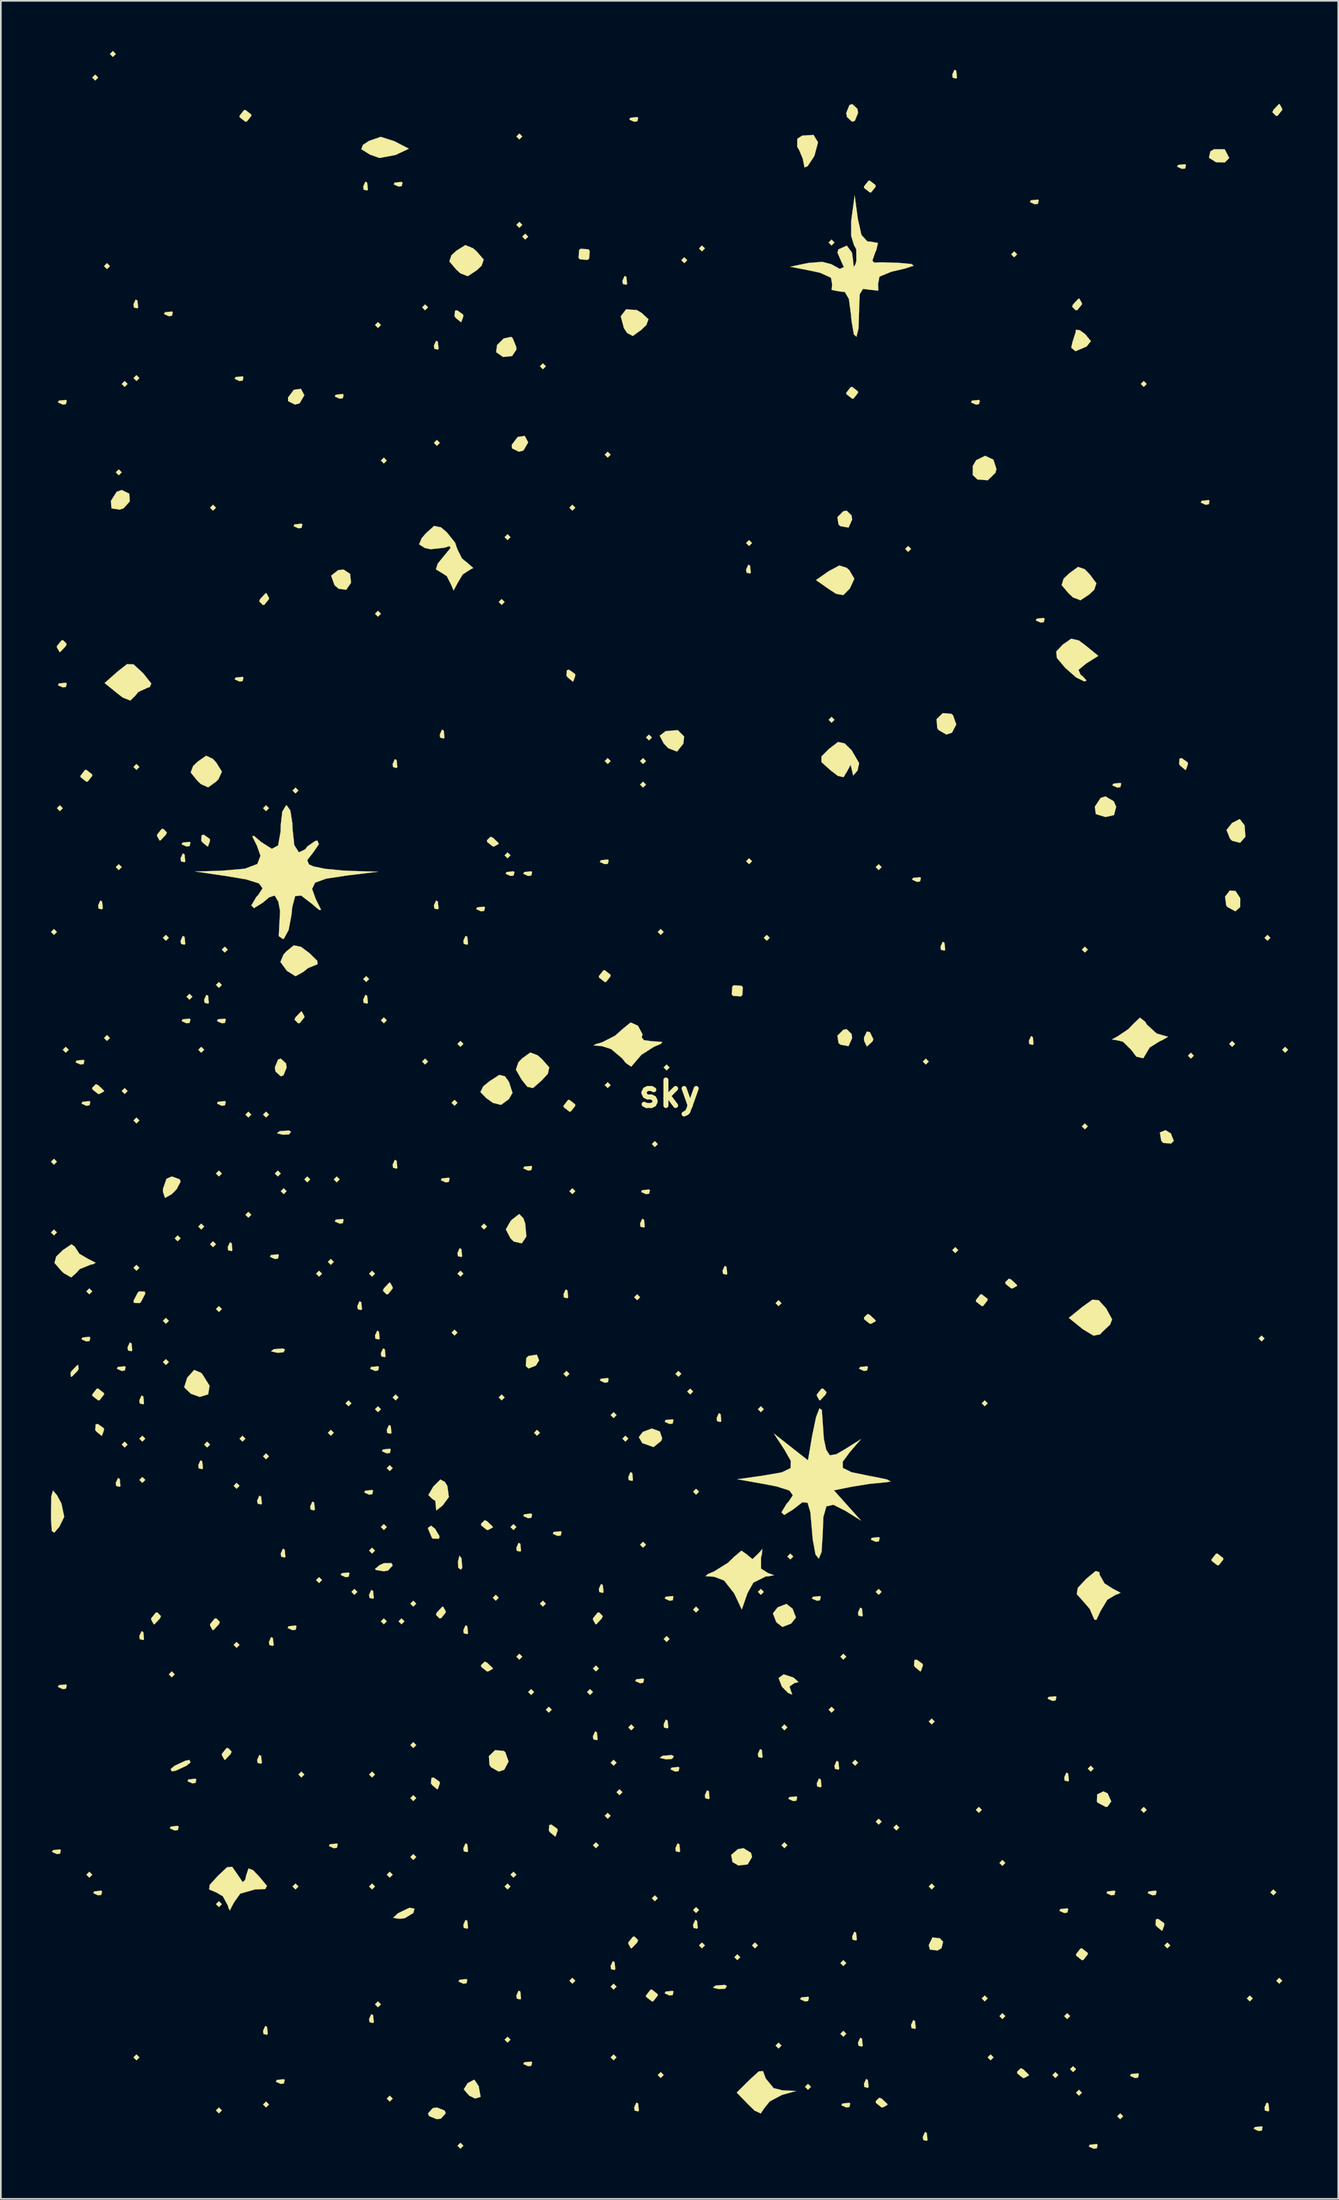
<source format=kicad_pcb>
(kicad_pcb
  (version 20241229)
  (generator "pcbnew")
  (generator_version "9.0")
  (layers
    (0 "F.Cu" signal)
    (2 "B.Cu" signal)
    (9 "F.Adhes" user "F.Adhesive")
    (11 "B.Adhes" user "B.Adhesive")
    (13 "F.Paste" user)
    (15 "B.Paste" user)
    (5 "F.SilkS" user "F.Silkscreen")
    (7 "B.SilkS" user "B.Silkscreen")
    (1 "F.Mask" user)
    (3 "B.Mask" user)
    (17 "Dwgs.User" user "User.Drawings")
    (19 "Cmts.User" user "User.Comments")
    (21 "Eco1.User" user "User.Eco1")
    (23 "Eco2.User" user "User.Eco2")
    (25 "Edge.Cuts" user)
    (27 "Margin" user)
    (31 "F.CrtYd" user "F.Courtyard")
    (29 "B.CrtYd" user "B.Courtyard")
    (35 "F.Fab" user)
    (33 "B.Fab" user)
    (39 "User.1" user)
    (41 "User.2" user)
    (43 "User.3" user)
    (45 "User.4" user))
  (footprint "sky"
    (layer "F.Cu")
    (at 37.047 62.447)
    (property "Reference" "sky" (at 0 0 0) (layer "F.SilkS") (effects (font (size 1.524 1.524) (thickness 0.3))))
    (attr through_hole)
    (fp_poly (pts (xy -36.689 -9.701) (xy -36.865 -9.525) (xy -37.042 -9.701) (xy -36.865 -9.878) (xy -36.689 -9.701)) (stroke (width 0.01) (type solid)) (fill yes) (layer "F.SilkS"))
    (fp_poly (pts (xy -36.689 4.057) (xy -36.865 4.233) (xy -37.042 4.057) (xy -36.865 3.881) (xy -36.689 4.057)) (stroke (width 0.01) (type solid)) (fill yes) (layer "F.SilkS"))
    (fp_poly (pts (xy -36.689 8.29) (xy -36.865 8.467) (xy -37.042 8.29) (xy -36.865 8.114) (xy -36.689 8.29)) (stroke (width 0.01) (type solid)) (fill yes) (layer "F.SilkS"))
    (fp_poly (pts (xy -36.336 -17.11) (xy -36.513 -16.933) (xy -36.689 -17.11) (xy -36.513 -17.286) (xy -36.336 -17.11)) (stroke (width 0.01) (type solid)) (fill yes) (layer "F.SilkS"))
    (fp_poly (pts (xy -35.983 -2.646) (xy -36.16 -2.469) (xy -36.336 -2.646) (xy -36.16 -2.822) (xy -35.983 -2.646)) (stroke (width 0.01) (type solid)) (fill yes) (layer "F.SilkS"))
    (fp_poly (pts (xy -34.572 11.818) (xy -34.749 11.994) (xy -34.925 11.818) (xy -34.749 11.642) (xy -34.572 11.818)) (stroke (width 0.01) (type solid)) (fill yes) (layer "F.SilkS"))
    (fp_poly (pts (xy -34.572 46.743) (xy -34.749 46.919) (xy -34.925 46.743) (xy -34.749 46.567) (xy -34.572 46.743)) (stroke (width 0.01) (type solid)) (fill yes) (layer "F.SilkS"))
    (fp_poly (pts (xy -34.219 -60.854) (xy -34.396 -60.678) (xy -34.572 -60.854) (xy -34.396 -61.031) (xy -34.219 -60.854)) (stroke (width 0.01) (type solid)) (fill yes) (layer "F.SilkS"))
    (fp_poly (pts (xy -33.514 -49.565) (xy -33.69 -49.389) (xy -33.867 -49.565) (xy -33.69 -49.742) (xy -33.514 -49.565)) (stroke (width 0.01) (type solid)) (fill yes) (layer "F.SilkS"))
    (fp_poly (pts (xy -33.514 -3.351) (xy -33.69 -3.175) (xy -33.867 -3.351) (xy -33.69 -3.528) (xy -33.514 -3.351)) (stroke (width 0.01) (type solid)) (fill yes) (layer "F.SilkS"))
    (fp_poly (pts (xy -33.161 -62.265) (xy -33.337 -62.089) (xy -33.514 -62.265) (xy -33.337 -62.442) (xy -33.161 -62.265)) (stroke (width 0.01) (type solid)) (fill yes) (layer "F.SilkS"))
    (fp_poly (pts (xy -32.808 -37.218) (xy -32.985 -37.042) (xy -33.161 -37.218) (xy -32.985 -37.394) (xy -32.808 -37.218)) (stroke (width 0.01) (type solid)) (fill yes) (layer "F.SilkS"))
    (fp_poly (pts (xy -32.808 -13.582) (xy -32.985 -13.406) (xy -33.161 -13.582) (xy -32.985 -13.758) (xy -32.808 -13.582)) (stroke (width 0.01) (type solid)) (fill yes) (layer "F.SilkS"))
    (fp_poly (pts (xy -32.456 -42.51) (xy -32.632 -42.333) (xy -32.808 -42.51) (xy -32.632 -42.686) (xy -32.456 -42.51)) (stroke (width 0.01) (type solid)) (fill yes) (layer "F.SilkS"))
    (fp_poly (pts (xy -32.456 -0.176) (xy -32.632 0) (xy -32.808 -0.176) (xy -32.632 -0.353) (xy -32.456 -0.176)) (stroke (width 0.01) (type solid)) (fill yes) (layer "F.SilkS"))
    (fp_poly (pts (xy -32.456 20.99) (xy -32.632 21.167) (xy -32.808 20.99) (xy -32.632 20.814) (xy -32.456 20.99)) (stroke (width 0.01) (type solid)) (fill yes) (layer "F.SilkS"))
    (fp_poly (pts (xy -31.75 -42.862) (xy -31.926 -42.686) (xy -32.103 -42.862) (xy -31.926 -43.039) (xy -31.75 -42.862)) (stroke (width 0.01) (type solid)) (fill yes) (layer "F.SilkS"))
    (fp_poly (pts (xy -31.75 -19.579) (xy -31.926 -19.403) (xy -32.103 -19.579) (xy -31.926 -19.756) (xy -31.75 -19.579)) (stroke (width 0.01) (type solid)) (fill yes) (layer "F.SilkS"))
    (fp_poly (pts (xy -31.75 1.587) (xy -31.926 1.764) (xy -32.103 1.587) (xy -31.926 1.411) (xy -31.75 1.587)) (stroke (width 0.01) (type solid)) (fill yes) (layer "F.SilkS"))
    (fp_poly (pts (xy -31.75 10.407) (xy -31.926 10.583) (xy -32.103 10.407) (xy -31.926 10.231) (xy -31.75 10.407)) (stroke (width 0.01) (type solid)) (fill yes) (layer "F.SilkS"))
    (fp_poly (pts (xy -31.75 57.679) (xy -31.926 57.856) (xy -32.103 57.679) (xy -31.926 57.503) (xy -31.75 57.679)) (stroke (width 0.01) (type solid)) (fill yes) (layer "F.SilkS"))
    (fp_poly (pts (xy -31.397 20.637) (xy -31.574 20.814) (xy -31.75 20.637) (xy -31.574 20.461) (xy -31.397 20.637)) (stroke (width 0.01) (type solid)) (fill yes) (layer "F.SilkS"))
    (fp_poly (pts (xy -31.397 23.107) (xy -31.574 23.283) (xy -31.75 23.107) (xy -31.574 22.931) (xy -31.397 23.107)) (stroke (width 0.01) (type solid)) (fill yes) (layer "F.SilkS"))
    (fp_poly (pts (xy -29.986 -9.349) (xy -30.163 -9.172) (xy -30.339 -9.349) (xy -30.163 -9.525) (xy -29.986 -9.349)) (stroke (width 0.01) (type solid)) (fill yes) (layer "F.SilkS"))
    (fp_poly (pts (xy -29.986 13.582) (xy -30.163 13.758) (xy -30.339 13.582) (xy -30.163 13.406) (xy -29.986 13.582)) (stroke (width 0.01) (type solid)) (fill yes) (layer "F.SilkS"))
    (fp_poly (pts (xy -29.986 16.051) (xy -30.163 16.228) (xy -30.339 16.051) (xy -30.163 15.875) (xy -29.986 16.051)) (stroke (width 0.01) (type solid)) (fill yes) (layer "F.SilkS"))
    (fp_poly (pts (xy -29.633 34.749) (xy -29.81 34.925) (xy -29.986 34.749) (xy -29.81 34.572) (xy -29.633 34.749)) (stroke (width 0.01) (type solid)) (fill yes) (layer "F.SilkS"))
    (fp_poly (pts (xy -29.281 8.643) (xy -29.457 8.819) (xy -29.633 8.643) (xy -29.457 8.467) (xy -29.281 8.643)) (stroke (width 0.01) (type solid)) (fill yes) (layer "F.SilkS"))
    (fp_poly (pts (xy -28.575 -5.821) (xy -28.751 -5.644) (xy -28.928 -5.821) (xy -28.751 -5.997) (xy -28.575 -5.821)) (stroke (width 0.01) (type solid)) (fill yes) (layer "F.SilkS"))
    (fp_poly (pts (xy -27.869 -2.646) (xy -28.046 -2.469) (xy -28.222 -2.646) (xy -28.046 -2.822) (xy -27.869 -2.646)) (stroke (width 0.01) (type solid)) (fill yes) (layer "F.SilkS"))
    (fp_poly (pts (xy -27.869 7.938) (xy -28.046 8.114) (xy -28.222 7.938) (xy -28.046 7.761) (xy -27.869 7.938)) (stroke (width 0.01) (type solid)) (fill yes) (layer "F.SilkS"))
    (fp_poly (pts (xy -27.517 20.99) (xy -27.693 21.167) (xy -27.869 20.99) (xy -27.693 20.814) (xy -27.517 20.99)) (stroke (width 0.01) (type solid)) (fill yes) (layer "F.SilkS"))
    (fp_poly (pts (xy -27.164 -35.101) (xy -27.34 -34.925) (xy -27.517 -35.101) (xy -27.34 -35.278) (xy -27.164 -35.101)) (stroke (width 0.01) (type solid)) (fill yes) (layer "F.SilkS"))
    (fp_poly (pts (xy -27.164 8.996) (xy -27.34 9.172) (xy -27.517 8.996) (xy -27.34 8.819) (xy -27.164 8.996)) (stroke (width 0.01) (type solid)) (fill yes) (layer "F.SilkS"))
    (fp_poly (pts (xy -26.811 -6.526) (xy -26.988 -6.35) (xy -27.164 -6.526) (xy -26.988 -6.703) (xy -26.811 -6.526)) (stroke (width 0.01) (type solid)) (fill yes) (layer "F.SilkS"))
    (fp_poly (pts (xy -26.811 4.763) (xy -26.988 4.939) (xy -27.164 4.763) (xy -26.988 4.586) (xy -26.811 4.763)) (stroke (width 0.01) (type solid)) (fill yes) (layer "F.SilkS"))
    (fp_poly (pts (xy -26.811 12.876) (xy -26.988 13.053) (xy -27.164 12.876) (xy -26.988 12.7) (xy -26.811 12.876)) (stroke (width 0.01) (type solid)) (fill yes) (layer "F.SilkS"))
    (fp_poly (pts (xy -26.811 48.507) (xy -26.988 48.683) (xy -27.164 48.507) (xy -26.988 48.331) (xy -26.811 48.507)) (stroke (width 0.01) (type solid)) (fill yes) (layer "F.SilkS"))
    (fp_poly (pts (xy -26.811 60.854) (xy -26.988 61.031) (xy -27.164 60.854) (xy -26.988 60.678) (xy -26.811 60.854)) (stroke (width 0.01) (type solid)) (fill yes) (layer "F.SilkS"))
    (fp_poly (pts (xy -26.458 -8.643) (xy -26.635 -8.467) (xy -26.811 -8.643) (xy -26.635 -8.819) (xy -26.458 -8.643)) (stroke (width 0.01) (type solid)) (fill yes) (layer "F.SilkS"))
    (fp_poly (pts (xy -25.753 23.46) (xy -25.929 23.636) (xy -26.106 23.46) (xy -25.929 23.283) (xy -25.753 23.46)) (stroke (width 0.01) (type solid)) (fill yes) (layer "F.SilkS"))
    (fp_poly (pts (xy -25.753 32.985) (xy -25.929 33.161) (xy -26.106 32.985) (xy -25.929 32.808) (xy -25.753 32.985)) (stroke (width 0.01) (type solid)) (fill yes) (layer "F.SilkS"))
    (fp_poly (pts (xy -25.4 20.637) (xy -25.576 20.814) (xy -25.753 20.637) (xy -25.576 20.461) (xy -25.4 20.637)) (stroke (width 0.01) (type solid)) (fill yes) (layer "F.SilkS"))
    (fp_poly (pts (xy -25.047 1.235) (xy -25.224 1.411) (xy -25.4 1.235) (xy -25.224 1.058) (xy -25.047 1.235)) (stroke (width 0.01) (type solid)) (fill yes) (layer "F.SilkS"))
    (fp_poly (pts (xy -25.047 7.232) (xy -25.224 7.408) (xy -25.4 7.232) (xy -25.224 7.056) (xy -25.047 7.232)) (stroke (width 0.01) (type solid)) (fill yes) (layer "F.SilkS"))
    (fp_poly (pts (xy -23.989 -17.11) (xy -24.165 -16.933) (xy -24.342 -17.11) (xy -24.165 -17.286) (xy -23.989 -17.11)) (stroke (width 0.01) (type solid)) (fill yes) (layer "F.SilkS"))
    (fp_poly (pts (xy -23.989 1.235) (xy -24.165 1.411) (xy -24.342 1.235) (xy -24.165 1.058) (xy -23.989 1.235)) (stroke (width 0.01) (type solid)) (fill yes) (layer "F.SilkS"))
    (fp_poly (pts (xy -23.989 21.696) (xy -24.165 21.872) (xy -24.342 21.696) (xy -24.165 21.519) (xy -23.989 21.696)) (stroke (width 0.01) (type solid)) (fill yes) (layer "F.SilkS"))
    (fp_poly (pts (xy -23.989 60.501) (xy -24.165 60.678) (xy -24.342 60.501) (xy -24.165 60.325) (xy -23.989 60.501)) (stroke (width 0.01) (type solid)) (fill yes) (layer "F.SilkS"))
    (fp_poly (pts (xy -23.283 4.763) (xy -23.46 4.939) (xy -23.636 4.763) (xy -23.46 4.586) (xy -23.283 4.763)) (stroke (width 0.01) (type solid)) (fill yes) (layer "F.SilkS"))
    (fp_poly (pts (xy -22.931 5.821) (xy -23.107 5.997) (xy -23.283 5.821) (xy -23.107 5.644) (xy -22.931 5.821)) (stroke (width 0.01) (type solid)) (fill yes) (layer "F.SilkS"))
    (fp_poly (pts (xy -22.225 -18.168) (xy -22.401 -17.992) (xy -22.578 -18.168) (xy -22.401 -18.344) (xy -22.225 -18.168)) (stroke (width 0.01) (type solid)) (fill yes) (layer "F.SilkS"))
    (fp_poly (pts (xy -22.225 47.449) (xy -22.401 47.625) (xy -22.578 47.449) (xy -22.401 47.272) (xy -22.225 47.449)) (stroke (width 0.01) (type solid)) (fill yes) (layer "F.SilkS"))
    (fp_poly (pts (xy -21.872 40.746) (xy -22.049 40.922) (xy -22.225 40.746) (xy -22.049 40.569) (xy -21.872 40.746)) (stroke (width 0.01) (type solid)) (fill yes) (layer "F.SilkS"))
    (fp_poly (pts (xy -21.519 5.115) (xy -21.696 5.292) (xy -21.872 5.115) (xy -21.696 4.939) (xy -21.519 5.115)) (stroke (width 0.01) (type solid)) (fill yes) (layer "F.SilkS"))
    (fp_poly (pts (xy -20.814 10.76) (xy -20.99 10.936) (xy -21.167 10.76) (xy -20.99 10.583) (xy -20.814 10.76)) (stroke (width 0.01) (type solid)) (fill yes) (layer "F.SilkS"))
    (fp_poly (pts (xy -20.814 29.104) (xy -20.99 29.281) (xy -21.167 29.104) (xy -20.99 28.928) (xy -20.814 29.104)) (stroke (width 0.01) (type solid)) (fill yes) (layer "F.SilkS"))
    (fp_poly (pts (xy -20.108 10.054) (xy -20.285 10.231) (xy -20.461 10.054) (xy -20.285 9.878) (xy -20.108 10.054)) (stroke (width 0.01) (type solid)) (fill yes) (layer "F.SilkS"))
    (fp_poly (pts (xy -20.108 20.285) (xy -20.285 20.461) (xy -20.461 20.285) (xy -20.285 20.108) (xy -20.108 20.285)) (stroke (width 0.01) (type solid)) (fill yes) (layer "F.SilkS"))
    (fp_poly (pts (xy -19.756 5.115) (xy -19.932 5.292) (xy -20.108 5.115) (xy -19.932 4.939) (xy -19.756 5.115)) (stroke (width 0.01) (type solid)) (fill yes) (layer "F.SilkS"))
    (fp_poly (pts (xy -19.05 18.521) (xy -19.226 18.697) (xy -19.403 18.521) (xy -19.226 18.344) (xy -19.05 18.521)) (stroke (width 0.01) (type solid)) (fill yes) (layer "F.SilkS"))
    (fp_poly (pts (xy -18.697 29.81) (xy -18.874 29.986) (xy -19.05 29.81) (xy -18.874 29.633) (xy -18.697 29.81)) (stroke (width 0.01) (type solid)) (fill yes) (layer "F.SilkS"))
    (fp_poly (pts (xy -17.992 -6.879) (xy -18.168 -6.703) (xy -18.344 -6.879) (xy -18.168 -7.056) (xy -17.992 -6.879)) (stroke (width 0.01) (type solid)) (fill yes) (layer "F.SilkS"))
    (fp_poly (pts (xy -17.639 10.76) (xy -17.815 10.936) (xy -17.992 10.76) (xy -17.815 10.583) (xy -17.639 10.76)) (stroke (width 0.01) (type solid)) (fill yes) (layer "F.SilkS"))
    (fp_poly (pts (xy -17.639 27.34) (xy -17.815 27.517) (xy -17.992 27.34) (xy -17.815 27.164) (xy -17.639 27.34)) (stroke (width 0.01) (type solid)) (fill yes) (layer "F.SilkS"))
    (fp_poly (pts (xy -17.639 40.746) (xy -17.815 40.922) (xy -17.992 40.746) (xy -17.815 40.569) (xy -17.639 40.746)) (stroke (width 0.01) (type solid)) (fill yes) (layer "F.SilkS"))
    (fp_poly (pts (xy -17.639 47.449) (xy -17.815 47.625) (xy -17.992 47.449) (xy -17.815 47.272) (xy -17.639 47.449)) (stroke (width 0.01) (type solid)) (fill yes) (layer "F.SilkS"))
    (fp_poly (pts (xy -17.286 -46.038) (xy -17.462 -45.861) (xy -17.639 -46.038) (xy -17.462 -46.214) (xy -17.286 -46.038)) (stroke (width 0.01) (type solid)) (fill yes) (layer "F.SilkS"))
    (fp_poly (pts (xy -17.286 -28.751) (xy -17.462 -28.575) (xy -17.639 -28.751) (xy -17.462 -28.928) (xy -17.286 -28.751)) (stroke (width 0.01) (type solid)) (fill yes) (layer "F.SilkS"))
    (fp_poly (pts (xy -17.286 18.874) (xy -17.462 19.05) (xy -17.639 18.874) (xy -17.462 18.697) (xy -17.286 18.874)) (stroke (width 0.01) (type solid)) (fill yes) (layer "F.SilkS"))
    (fp_poly (pts (xy -17.286 54.504) (xy -17.462 54.681) (xy -17.639 54.504) (xy -17.462 54.328) (xy -17.286 54.504)) (stroke (width 0.01) (type solid)) (fill yes) (layer "F.SilkS"))
    (fp_poly (pts (xy -16.933 -37.924) (xy -17.11 -37.747) (xy -17.286 -37.924) (xy -17.11 -38.1) (xy -16.933 -37.924)) (stroke (width 0.01) (type solid)) (fill yes) (layer "F.SilkS"))
    (fp_poly (pts (xy -16.933 -4.41) (xy -17.11 -4.233) (xy -17.286 -4.41) (xy -17.11 -4.586) (xy -16.933 -4.41)) (stroke (width 0.01) (type solid)) (fill yes) (layer "F.SilkS"))
    (fp_poly (pts (xy -16.933 25.929) (xy -17.11 26.106) (xy -17.286 25.929) (xy -17.11 25.753) (xy -16.933 25.929)) (stroke (width 0.01) (type solid)) (fill yes) (layer "F.SilkS"))
    (fp_poly (pts (xy -16.933 31.574) (xy -17.11 31.75) (xy -17.286 31.574) (xy -17.11 31.397) (xy -16.933 31.574)) (stroke (width 0.01) (type solid)) (fill yes) (layer "F.SilkS"))
    (fp_poly (pts (xy -16.581 22.401) (xy -16.757 22.578) (xy -16.933 22.401) (xy -16.757 22.225) (xy -16.581 22.401)) (stroke (width 0.01) (type solid)) (fill yes) (layer "F.SilkS"))
    (fp_poly (pts (xy -16.581 46.743) (xy -16.757 46.919) (xy -16.933 46.743) (xy -16.757 46.567) (xy -16.581 46.743)) (stroke (width 0.01) (type solid)) (fill yes) (layer "F.SilkS"))
    (fp_poly (pts (xy -16.581 60.149) (xy -16.757 60.325) (xy -16.933 60.149) (xy -16.757 59.972) (xy -16.581 60.149)) (stroke (width 0.01) (type solid)) (fill yes) (layer "F.SilkS"))
    (fp_poly (pts (xy -16.228 18.168) (xy -16.404 18.344) (xy -16.581 18.168) (xy -16.404 17.992) (xy -16.228 18.168)) (stroke (width 0.01) (type solid)) (fill yes) (layer "F.SilkS"))
    (fp_poly (pts (xy -15.875 31.574) (xy -16.051 31.75) (xy -16.228 31.574) (xy -16.051 31.397) (xy -15.875 31.574)) (stroke (width 0.01) (type solid)) (fill yes) (layer "F.SilkS"))
    (fp_poly (pts (xy -15.169 30.515) (xy -15.346 30.692) (xy -15.522 30.515) (xy -15.346 30.339) (xy -15.169 30.515)) (stroke (width 0.01) (type solid)) (fill yes) (layer "F.SilkS"))
    (fp_poly (pts (xy -15.169 38.982) (xy -15.346 39.158) (xy -15.522 38.982) (xy -15.346 38.806) (xy -15.169 38.982)) (stroke (width 0.01) (type solid)) (fill yes) (layer "F.SilkS"))
    (fp_poly (pts (xy -15.169 42.157) (xy -15.346 42.333) (xy -15.522 42.157) (xy -15.346 41.981) (xy -15.169 42.157)) (stroke (width 0.01) (type solid)) (fill yes) (layer "F.SilkS"))
    (fp_poly (pts (xy -15.169 45.685) (xy -15.346 45.861) (xy -15.522 45.685) (xy -15.346 45.508) (xy -15.169 45.685)) (stroke (width 0.01) (type solid)) (fill yes) (layer "F.SilkS"))
    (fp_poly (pts (xy -14.464 -47.096) (xy -14.64 -46.919) (xy -14.817 -47.096) (xy -14.64 -47.272) (xy -14.464 -47.096)) (stroke (width 0.01) (type solid)) (fill yes) (layer "F.SilkS"))
    (fp_poly (pts (xy -14.464 -1.94) (xy -14.64 -1.764) (xy -14.817 -1.94) (xy -14.64 -2.117) (xy -14.464 -1.94)) (stroke (width 0.01) (type solid)) (fill yes) (layer "F.SilkS"))
    (fp_poly (pts (xy -13.758 -38.982) (xy -13.935 -38.806) (xy -14.111 -38.982) (xy -13.935 -39.158) (xy -13.758 -38.982)) (stroke (width 0.01) (type solid)) (fill yes) (layer "F.SilkS"))
    (fp_poly (pts (xy -12.7 0.529) (xy -12.876 0.706) (xy -13.053 0.529) (xy -12.876 0.353) (xy -12.7 0.529)) (stroke (width 0.01) (type solid)) (fill yes) (layer "F.SilkS"))
    (fp_poly (pts (xy -12.7 14.287) (xy -12.876 14.464) (xy -13.053 14.287) (xy -12.876 14.111) (xy -12.7 14.287)) (stroke (width 0.01) (type solid)) (fill yes) (layer "F.SilkS"))
    (fp_poly (pts (xy -12.347 -2.999) (xy -12.524 -2.822) (xy -12.7 -2.999) (xy -12.524 -3.175) (xy -12.347 -2.999)) (stroke (width 0.01) (type solid)) (fill yes) (layer "F.SilkS"))
    (fp_poly (pts (xy -12.347 10.76) (xy -12.524 10.936) (xy -12.7 10.76) (xy -12.524 10.583) (xy -12.347 10.76)) (stroke (width 0.01) (type solid)) (fill yes) (layer "F.SilkS"))
    (fp_poly (pts (xy -12.347 62.971) (xy -12.524 63.147) (xy -12.7 62.971) (xy -12.524 62.794) (xy -12.347 62.971)) (stroke (width 0.01) (type solid)) (fill yes) (layer "F.SilkS"))
    (fp_poly (pts (xy -10.936 7.938) (xy -11.113 8.114) (xy -11.289 7.938) (xy -11.113 7.761) (xy -10.936 7.938)) (stroke (width 0.01) (type solid)) (fill yes) (layer "F.SilkS"))
    (fp_poly (pts (xy -10.231 30.163) (xy -10.407 30.339) (xy -10.583 30.163) (xy -10.407 29.986) (xy -10.231 30.163)) (stroke (width 0.01) (type solid)) (fill yes) (layer "F.SilkS"))
    (fp_poly (pts (xy -9.878 -29.457) (xy -10.054 -29.281) (xy -10.231 -29.457) (xy -10.054 -29.633) (xy -9.878 -29.457)) (stroke (width 0.01) (type solid)) (fill yes) (layer "F.SilkS"))
    (fp_poly (pts (xy -9.878 18.168) (xy -10.054 18.344) (xy -10.231 18.168) (xy -10.054 17.992) (xy -9.878 18.168)) (stroke (width 0.01) (type solid)) (fill yes) (layer "F.SilkS"))
    (fp_poly (pts (xy -9.525 -33.337) (xy -9.701 -33.161) (xy -9.878 -33.337) (xy -9.701 -33.514) (xy -9.525 -33.337)) (stroke (width 0.01) (type solid)) (fill yes) (layer "F.SilkS"))
    (fp_poly (pts (xy -9.525 -14.287) (xy -9.701 -14.111) (xy -9.878 -14.287) (xy -9.701 -14.464) (xy -9.525 -14.287)) (stroke (width 0.01) (type solid)) (fill yes) (layer "F.SilkS"))
    (fp_poly (pts (xy -9.525 47.449) (xy -9.701 47.625) (xy -9.878 47.449) (xy -9.701 47.272) (xy -9.525 47.449)) (stroke (width 0.01) (type solid)) (fill yes) (layer "F.SilkS"))
    (fp_poly (pts (xy -9.525 56.621) (xy -9.701 56.797) (xy -9.878 56.621) (xy -9.701 56.444) (xy -9.525 56.621)) (stroke (width 0.01) (type solid)) (fill yes) (layer "F.SilkS"))
    (fp_poly (pts (xy -9.172 25.929) (xy -9.349 26.106) (xy -9.525 25.929) (xy -9.349 25.753) (xy -9.172 25.929)) (stroke (width 0.01) (type solid)) (fill yes) (layer "F.SilkS"))
    (fp_poly (pts (xy -9.172 46.743) (xy -9.349 46.919) (xy -9.525 46.743) (xy -9.349 46.567) (xy -9.172 46.743)) (stroke (width 0.01) (type solid)) (fill yes) (layer "F.SilkS"))
    (fp_poly (pts (xy -8.819 -57.326) (xy -8.996 -57.15) (xy -9.172 -57.326) (xy -8.996 -57.503) (xy -8.819 -57.326)) (stroke (width 0.01) (type solid)) (fill yes) (layer "F.SilkS"))
    (fp_poly (pts (xy -8.819 -52.035) (xy -8.996 -51.858) (xy -9.172 -52.035) (xy -8.996 -52.211) (xy -8.819 -52.035)) (stroke (width 0.01) (type solid)) (fill yes) (layer "F.SilkS"))
    (fp_poly (pts (xy -8.819 33.69) (xy -8.996 33.867) (xy -9.172 33.69) (xy -8.996 33.514) (xy -8.819 33.69)) (stroke (width 0.01) (type solid)) (fill yes) (layer "F.SilkS"))
    (fp_poly (pts (xy -8.467 -51.329) (xy -8.643 -51.153) (xy -8.819 -51.329) (xy -8.643 -51.506) (xy -8.467 -51.329)) (stroke (width 0.01) (type solid)) (fill yes) (layer "F.SilkS"))
    (fp_poly (pts (xy -8.114 35.807) (xy -8.29 35.983) (xy -8.467 35.807) (xy -8.29 35.631) (xy -8.114 35.807)) (stroke (width 0.01) (type solid)) (fill yes) (layer "F.SilkS"))
    (fp_poly (pts (xy -7.761 20.285) (xy -7.938 20.461) (xy -8.114 20.285) (xy -7.938 20.108) (xy -7.761 20.285)) (stroke (width 0.01) (type solid)) (fill yes) (layer "F.SilkS"))
    (fp_poly (pts (xy -7.408 -43.568) (xy -7.585 -43.392) (xy -7.761 -43.568) (xy -7.585 -43.744) (xy -7.408 -43.568)) (stroke (width 0.01) (type solid)) (fill yes) (layer "F.SilkS"))
    (fp_poly (pts (xy -7.408 30.515) (xy -7.585 30.692) (xy -7.761 30.515) (xy -7.585 30.339) (xy -7.408 30.515)) (stroke (width 0.01) (type solid)) (fill yes) (layer "F.SilkS"))
    (fp_poly (pts (xy -7.056 36.865) (xy -7.232 37.042) (xy -7.408 36.865) (xy -7.232 36.689) (xy -7.056 36.865)) (stroke (width 0.01) (type solid)) (fill yes) (layer "F.SilkS"))
    (fp_poly (pts (xy -5.997 16.757) (xy -6.174 16.933) (xy -6.35 16.757) (xy -6.174 16.581) (xy -5.997 16.757)) (stroke (width 0.01) (type solid)) (fill yes) (layer "F.SilkS"))
    (fp_poly (pts (xy -5.644 -35.101) (xy -5.821 -34.925) (xy -5.997 -35.101) (xy -5.821 -35.278) (xy -5.644 -35.101)) (stroke (width 0.01) (type solid)) (fill yes) (layer "F.SilkS"))
    (fp_poly (pts (xy -5.644 5.821) (xy -5.821 5.997) (xy -5.997 5.821) (xy -5.821 5.644) (xy -5.644 5.821)) (stroke (width 0.01) (type solid)) (fill yes) (layer "F.SilkS"))
    (fp_poly (pts (xy -5.644 53.093) (xy -5.821 53.269) (xy -5.997 53.093) (xy -5.821 52.917) (xy -5.644 53.093)) (stroke (width 0.01) (type solid)) (fill yes) (layer "F.SilkS"))
    (fp_poly (pts (xy -4.586 35.807) (xy -4.763 35.983) (xy -4.939 35.807) (xy -4.763 35.631) (xy -4.586 35.807)) (stroke (width 0.01) (type solid)) (fill yes) (layer "F.SilkS"))
    (fp_poly (pts (xy -4.233 34.396) (xy -4.41 34.572) (xy -4.586 34.396) (xy -4.41 34.219) (xy -4.233 34.396)) (stroke (width 0.01) (type solid)) (fill yes) (layer "F.SilkS"))
    (fp_poly (pts (xy -4.233 44.979) (xy -4.41 45.156) (xy -4.586 44.979) (xy -4.41 44.803) (xy -4.233 44.979)) (stroke (width 0.01) (type solid)) (fill yes) (layer "F.SilkS"))
    (fp_poly (pts (xy -3.528 -38.276) (xy -3.704 -38.1) (xy -3.881 -38.276) (xy -3.704 -38.453) (xy -3.528 -38.276)) (stroke (width 0.01) (type solid)) (fill yes) (layer "F.SilkS"))
    (fp_poly (pts (xy -3.528 -19.932) (xy -3.704 -19.756) (xy -3.881 -19.932) (xy -3.704 -20.108) (xy -3.528 -19.932)) (stroke (width 0.01) (type solid)) (fill yes) (layer "F.SilkS"))
    (fp_poly (pts (xy -3.528 -0.529) (xy -3.704 -0.353) (xy -3.881 -0.529) (xy -3.704 -0.706) (xy -3.528 -0.529)) (stroke (width 0.01) (type solid)) (fill yes) (layer "F.SilkS"))
    (fp_poly (pts (xy -3.528 43.215) (xy -3.704 43.392) (xy -3.881 43.215) (xy -3.704 43.039) (xy -3.528 43.215)) (stroke (width 0.01) (type solid)) (fill yes) (layer "F.SilkS"))
    (fp_poly (pts (xy -3.175 19.226) (xy -3.351 19.403) (xy -3.528 19.226) (xy -3.351 19.05) (xy -3.175 19.226)) (stroke (width 0.01) (type solid)) (fill yes) (layer "F.SilkS"))
    (fp_poly (pts (xy -3.175 40.04) (xy -3.351 40.217) (xy -3.528 40.04) (xy -3.351 39.864) (xy -3.175 40.04)) (stroke (width 0.01) (type solid)) (fill yes) (layer "F.SilkS"))
    (fp_poly (pts (xy -3.175 53.446) (xy -3.351 53.622) (xy -3.528 53.446) (xy -3.351 53.269) (xy -3.175 53.446)) (stroke (width 0.01) (type solid)) (fill yes) (layer "F.SilkS"))
    (fp_poly (pts (xy -3.175 57.679) (xy -3.351 57.856) (xy -3.528 57.679) (xy -3.351 57.503) (xy -3.175 57.679)) (stroke (width 0.01) (type solid)) (fill yes) (layer "F.SilkS"))
    (fp_poly (pts (xy -2.822 41.804) (xy -2.999 41.981) (xy -3.175 41.804) (xy -2.999 41.628) (xy -2.822 41.804)) (stroke (width 0.01) (type solid)) (fill yes) (layer "F.SilkS"))
    (fp_poly (pts (xy -2.469 20.637) (xy -2.646 20.814) (xy -2.822 20.637) (xy -2.646 20.461) (xy -2.469 20.637)) (stroke (width 0.01) (type solid)) (fill yes) (layer "F.SilkS"))
    (fp_poly (pts (xy -2.117 37.924) (xy -2.293 38.1) (xy -2.469 37.924) (xy -2.293 37.747) (xy -2.117 37.924)) (stroke (width 0.01) (type solid)) (fill yes) (layer "F.SilkS"))
    (fp_poly (pts (xy -1.764 12.171) (xy -1.94 12.347) (xy -2.117 12.171) (xy -1.94 11.994) (xy -1.764 12.171)) (stroke (width 0.01) (type solid)) (fill yes) (layer "F.SilkS"))
    (fp_poly (pts (xy -1.411 -19.932) (xy -1.587 -19.756) (xy -1.764 -19.932) (xy -1.587 -20.108) (xy -1.411 -19.932)) (stroke (width 0.01) (type solid)) (fill yes) (layer "F.SilkS"))
    (fp_poly (pts (xy -1.411 -18.521) (xy -1.587 -18.344) (xy -1.764 -18.521) (xy -1.587 -18.697) (xy -1.411 -18.521)) (stroke (width 0.01) (type solid)) (fill yes) (layer "F.SilkS"))
    (fp_poly (pts (xy -1.411 26.988) (xy -1.587 27.164) (xy -1.764 26.988) (xy -1.587 26.811) (xy -1.411 26.988)) (stroke (width 0.01) (type solid)) (fill yes) (layer "F.SilkS"))
    (fp_poly (pts (xy -1.058 -21.343) (xy -1.235 -21.167) (xy -1.411 -21.343) (xy -1.235 -21.519) (xy -1.058 -21.343)) (stroke (width 0.01) (type solid)) (fill yes) (layer "F.SilkS"))
    (fp_poly (pts (xy -0.706 2.999) (xy -0.882 3.175) (xy -1.058 2.999) (xy -0.882 2.822) (xy -0.706 2.999)) (stroke (width 0.01) (type solid)) (fill yes) (layer "F.SilkS"))
    (fp_poly (pts (xy -0.706 48.154) (xy -0.882 48.331) (xy -1.058 48.154) (xy -0.882 47.978) (xy -0.706 48.154)) (stroke (width 0.01) (type solid)) (fill yes) (layer "F.SilkS"))
    (fp_poly (pts (xy -0.353 -9.701) (xy -0.529 -9.525) (xy -0.706 -9.701) (xy -0.529 -9.878) (xy -0.353 -9.701)) (stroke (width 0.01) (type solid)) (fill yes) (layer "F.SilkS"))
    (fp_poly (pts (xy -0.353 58.737) (xy -0.529 58.914) (xy -0.706 58.737) (xy -0.529 58.561) (xy -0.353 58.737)) (stroke (width 0.01) (type solid)) (fill yes) (layer "F.SilkS"))
    (fp_poly (pts (xy 0 -1.587) (xy -0.176 -1.411) (xy -0.353 -1.587) (xy -0.176 -1.764) (xy 0 -1.587)) (stroke (width 0.01) (type solid)) (fill yes) (layer "F.SilkS"))
    (fp_poly (pts (xy 0 32.632) (xy -0.176 32.808) (xy -0.353 32.632) (xy -0.176 32.456) (xy 0 32.632)) (stroke (width 0.01) (type solid)) (fill yes) (layer "F.SilkS"))
    (fp_poly (pts (xy 0.706 16.757) (xy 0.529 16.933) (xy 0.353 16.757) (xy 0.529 16.581) (xy 0.706 16.757)) (stroke (width 0.01) (type solid)) (fill yes) (layer "F.SilkS"))
    (fp_poly (pts (xy 1.058 -49.918) (xy 0.882 -49.742) (xy 0.706 -49.918) (xy 0.882 -50.094) (xy 1.058 -49.918)) (stroke (width 0.01) (type solid)) (fill yes) (layer "F.SilkS"))
    (fp_poly (pts (xy 1.411 17.815) (xy 1.235 17.992) (xy 1.058 17.815) (xy 1.235 17.639) (xy 1.411 17.815)) (stroke (width 0.01) (type solid)) (fill yes) (layer "F.SilkS"))
    (fp_poly (pts (xy 1.764 23.812) (xy 1.587 23.989) (xy 1.411 23.812) (xy 1.587 23.636) (xy 1.764 23.812)) (stroke (width 0.01) (type solid)) (fill yes) (layer "F.SilkS"))
    (fp_poly (pts (xy 1.764 30.868) (xy 1.587 31.044) (xy 1.411 30.868) (xy 1.587 30.692) (xy 1.764 30.868)) (stroke (width 0.01) (type solid)) (fill yes) (layer "F.SilkS"))
    (fp_poly (pts (xy 1.764 48.86) (xy 1.587 49.036) (xy 1.411 48.86) (xy 1.587 48.683) (xy 1.764 48.86)) (stroke (width 0.01) (type solid)) (fill yes) (layer "F.SilkS"))
    (fp_poly (pts (xy 2.117 -50.624) (xy 1.94 -50.447) (xy 1.764 -50.624) (xy 1.94 -50.8) (xy 2.117 -50.624)) (stroke (width 0.01) (type solid)) (fill yes) (layer "F.SilkS"))
    (fp_poly (pts (xy 2.117 50.976) (xy 1.94 51.153) (xy 1.764 50.976) (xy 1.94 50.8) (xy 2.117 50.976)) (stroke (width 0.01) (type solid)) (fill yes) (layer "F.SilkS"))
    (fp_poly (pts (xy 4.233 51.682) (xy 4.057 51.858) (xy 3.881 51.682) (xy 4.057 51.506) (xy 4.233 51.682)) (stroke (width 0.01) (type solid)) (fill yes) (layer "F.SilkS"))
    (fp_poly (pts (xy 4.939 -32.985) (xy 4.763 -32.808) (xy 4.586 -32.985) (xy 4.763 -33.161) (xy 4.939 -32.985)) (stroke (width 0.01) (type solid)) (fill yes) (layer "F.SilkS"))
    (fp_poly (pts (xy 4.939 -13.935) (xy 4.763 -13.758) (xy 4.586 -13.935) (xy 4.763 -14.111) (xy 4.939 -13.935)) (stroke (width 0.01) (type solid)) (fill yes) (layer "F.SilkS"))
    (fp_poly (pts (xy 5.292 50.976) (xy 5.115 51.153) (xy 4.939 50.976) (xy 5.115 50.8) (xy 5.292 50.976)) (stroke (width 0.01) (type solid)) (fill yes) (layer "F.SilkS"))
    (fp_poly (pts (xy 5.644 18.874) (xy 5.468 19.05) (xy 5.292 18.874) (xy 5.468 18.697) (xy 5.644 18.874)) (stroke (width 0.01) (type solid)) (fill yes) (layer "F.SilkS"))
    (fp_poly (pts (xy 5.644 29.81) (xy 5.468 29.986) (xy 5.292 29.81) (xy 5.468 29.633) (xy 5.644 29.81)) (stroke (width 0.01) (type solid)) (fill yes) (layer "F.SilkS"))
    (fp_poly (pts (xy 5.997 -9.349) (xy 5.821 -9.172) (xy 5.644 -9.349) (xy 5.821 -9.525) (xy 5.997 -9.349)) (stroke (width 0.01) (type solid)) (fill yes) (layer "F.SilkS"))
    (fp_poly (pts (xy 6.703 12.524) (xy 6.526 12.7) (xy 6.35 12.524) (xy 6.526 12.347) (xy 6.703 12.524)) (stroke (width 0.01) (type solid)) (fill yes) (layer "F.SilkS"))
    (fp_poly (pts (xy 6.703 56.974) (xy 6.526 57.15) (xy 6.35 56.974) (xy 6.526 56.797) (xy 6.703 56.974)) (stroke (width 0.01) (type solid)) (fill yes) (layer "F.SilkS"))
    (fp_poly (pts (xy 7.056 37.924) (xy 6.879 38.1) (xy 6.703 37.924) (xy 6.879 37.747) (xy 7.056 37.924)) (stroke (width 0.01) (type solid)) (fill yes) (layer "F.SilkS"))
    (fp_poly (pts (xy 7.056 44.979) (xy 6.879 45.156) (xy 6.703 44.979) (xy 6.879 44.803) (xy 7.056 44.979)) (stroke (width 0.01) (type solid)) (fill yes) (layer "F.SilkS"))
    (fp_poly (pts (xy 7.408 27.693) (xy 7.232 27.869) (xy 7.056 27.693) (xy 7.232 27.517) (xy 7.408 27.693)) (stroke (width 0.01) (type solid)) (fill yes) (layer "F.SilkS"))
    (fp_poly (pts (xy 8.467 59.443) (xy 8.29 59.619) (xy 8.114 59.443) (xy 8.29 59.267) (xy 8.467 59.443)) (stroke (width 0.01) (type solid)) (fill yes) (layer "F.SilkS"))
    (fp_poly (pts (xy 9.878 -50.976) (xy 9.701 -50.8) (xy 9.525 -50.976) (xy 9.701 -51.153) (xy 9.878 -50.976)) (stroke (width 0.01) (type solid)) (fill yes) (layer "F.SilkS"))
    (fp_poly (pts (xy 9.878 -22.401) (xy 9.701 -22.225) (xy 9.525 -22.401) (xy 9.701 -22.578) (xy 9.878 -22.401)) (stroke (width 0.01) (type solid)) (fill yes) (layer "F.SilkS"))
    (fp_poly (pts (xy 9.878 36.865) (xy 9.701 37.042) (xy 9.525 36.865) (xy 9.701 36.689) (xy 9.878 36.865)) (stroke (width 0.01) (type solid)) (fill yes) (layer "F.SilkS"))
    (fp_poly (pts (xy 10.583 33.69) (xy 10.407 33.867) (xy 10.231 33.69) (xy 10.407 33.514) (xy 10.583 33.69)) (stroke (width 0.01) (type solid)) (fill yes) (layer "F.SilkS"))
    (fp_poly (pts (xy 10.583 52.035) (xy 10.407 52.211) (xy 10.231 52.035) (xy 10.407 51.858) (xy 10.583 52.035)) (stroke (width 0.01) (type solid)) (fill yes) (layer "F.SilkS"))
    (fp_poly (pts (xy 10.583 56.268) (xy 10.407 56.444) (xy 10.231 56.268) (xy 10.407 56.092) (xy 10.583 56.268)) (stroke (width 0.01) (type solid)) (fill yes) (layer "F.SilkS"))
    (fp_poly (pts (xy 11.289 40.04) (xy 11.113 40.217) (xy 10.936 40.04) (xy 11.113 39.864) (xy 11.289 40.04)) (stroke (width 0.01) (type solid)) (fill yes) (layer "F.SilkS"))
    (fp_poly (pts (xy 12.7 -13.582) (xy 12.524 -13.406) (xy 12.347 -13.582) (xy 12.524 -13.758) (xy 12.7 -13.582)) (stroke (width 0.01) (type solid)) (fill yes) (layer "F.SilkS"))
    (fp_poly (pts (xy 12.7 29.81) (xy 12.524 29.986) (xy 12.347 29.81) (xy 12.524 29.633) (xy 12.7 29.81)) (stroke (width 0.01) (type solid)) (fill yes) (layer "F.SilkS"))
    (fp_poly (pts (xy 12.7 43.568) (xy 12.524 43.744) (xy 12.347 43.568) (xy 12.524 43.392) (xy 12.7 43.568)) (stroke (width 0.01) (type solid)) (fill yes) (layer "F.SilkS"))
    (fp_poly (pts (xy 13.758 43.921) (xy 13.582 44.097) (xy 13.406 43.921) (xy 13.582 43.744) (xy 13.758 43.921)) (stroke (width 0.01) (type solid)) (fill yes) (layer "F.SilkS"))
    (fp_poly (pts (xy 14.464 -32.632) (xy 14.287 -32.456) (xy 14.111 -32.632) (xy 14.287 -32.808) (xy 14.464 -32.632)) (stroke (width 0.01) (type solid)) (fill yes) (layer "F.SilkS"))
    (fp_poly (pts (xy 15.522 -1.94) (xy 15.346 -1.764) (xy 15.169 -1.94) (xy 15.346 -2.117) (xy 15.522 -1.94)) (stroke (width 0.01) (type solid)) (fill yes) (layer "F.SilkS"))
    (fp_poly (pts (xy 15.875 37.571) (xy 15.699 37.747) (xy 15.522 37.571) (xy 15.699 37.394) (xy 15.875 37.571)) (stroke (width 0.01) (type solid)) (fill yes) (layer "F.SilkS"))
    (fp_poly (pts (xy 15.875 47.449) (xy 15.699 47.625) (xy 15.522 47.449) (xy 15.699 47.272) (xy 15.875 47.449)) (stroke (width 0.01) (type solid)) (fill yes) (layer "F.SilkS"))
    (fp_poly (pts (xy 17.286 9.349) (xy 17.11 9.525) (xy 16.933 9.349) (xy 17.11 9.172) (xy 17.286 9.349)) (stroke (width 0.01) (type solid)) (fill yes) (layer "F.SilkS"))
    (fp_poly (pts (xy 18.697 42.862) (xy 18.521 43.039) (xy 18.344 42.862) (xy 18.521 42.686) (xy 18.697 42.862)) (stroke (width 0.01) (type solid)) (fill yes) (layer "F.SilkS"))
    (fp_poly (pts (xy 19.05 18.521) (xy 18.874 18.697) (xy 18.697 18.521) (xy 18.874 18.344) (xy 19.05 18.521)) (stroke (width 0.01) (type solid)) (fill yes) (layer "F.SilkS"))
    (fp_poly (pts (xy 19.05 54.151) (xy 18.874 54.328) (xy 18.697 54.151) (xy 18.874 53.975) (xy 19.05 54.151)) (stroke (width 0.01) (type solid)) (fill yes) (layer "F.SilkS"))
    (fp_poly (pts (xy 19.403 57.679) (xy 19.226 57.856) (xy 19.05 57.679) (xy 19.226 57.503) (xy 19.403 57.679)) (stroke (width 0.01) (type solid)) (fill yes) (layer "F.SilkS"))
    (fp_poly (pts (xy 20.108 46.038) (xy 19.932 46.214) (xy 19.756 46.038) (xy 19.932 45.861) (xy 20.108 46.038)) (stroke (width 0.01) (type solid)) (fill yes) (layer "F.SilkS"))
    (fp_poly (pts (xy 20.108 55.21) (xy 19.932 55.386) (xy 19.756 55.21) (xy 19.932 55.033) (xy 20.108 55.21)) (stroke (width 0.01) (type solid)) (fill yes) (layer "F.SilkS"))
    (fp_poly (pts (xy 20.814 -50.271) (xy 20.637 -50.094) (xy 20.461 -50.271) (xy 20.637 -50.447) (xy 20.814 -50.271)) (stroke (width 0.01) (type solid)) (fill yes) (layer "F.SilkS"))
    (fp_poly (pts (xy 23.283 58.737) (xy 23.107 58.914) (xy 22.931 58.737) (xy 23.107 58.561) (xy 23.283 58.737)) (stroke (width 0.01) (type solid)) (fill yes) (layer "F.SilkS"))
    (fp_poly (pts (xy 23.989 55.21) (xy 23.812 55.386) (xy 23.636 55.21) (xy 23.812 55.033) (xy 23.989 55.21)) (stroke (width 0.01) (type solid)) (fill yes) (layer "F.SilkS"))
    (fp_poly (pts (xy 24.342 58.385) (xy 24.165 58.561) (xy 23.989 58.385) (xy 24.165 58.208) (xy 24.342 58.385)) (stroke (width 0.01) (type solid)) (fill yes) (layer "F.SilkS"))
    (fp_poly (pts (xy 24.694 59.796) (xy 24.518 59.972) (xy 24.342 59.796) (xy 24.518 59.619) (xy 24.694 59.796)) (stroke (width 0.01) (type solid)) (fill yes) (layer "F.SilkS"))
    (fp_poly (pts (xy 25.047 -8.643) (xy 24.871 -8.467) (xy 24.694 -8.643) (xy 24.871 -8.819) (xy 25.047 -8.643)) (stroke (width 0.01) (type solid)) (fill yes) (layer "F.SilkS"))
    (fp_poly (pts (xy 25.047 1.94) (xy 24.871 2.117) (xy 24.694 1.94) (xy 24.871 1.764) (xy 25.047 1.94)) (stroke (width 0.01) (type solid)) (fill yes) (layer "F.SilkS"))
    (fp_poly (pts (xy 25.4 40.393) (xy 25.224 40.569) (xy 25.047 40.393) (xy 25.224 40.217) (xy 25.4 40.393)) (stroke (width 0.01) (type solid)) (fill yes) (layer "F.SilkS"))
    (fp_poly (pts (xy 27.164 61.207) (xy 26.988 61.383) (xy 26.811 61.207) (xy 26.988 61.031) (xy 27.164 61.207)) (stroke (width 0.01) (type solid)) (fill yes) (layer "F.SilkS"))
    (fp_poly (pts (xy 28.575 -42.51) (xy 28.399 -42.333) (xy 28.222 -42.51) (xy 28.399 -42.686) (xy 28.575 -42.51)) (stroke (width 0.01) (type solid)) (fill yes) (layer "F.SilkS"))
    (fp_poly (pts (xy 28.575 42.862) (xy 28.399 43.039) (xy 28.222 42.862) (xy 28.399 42.686) (xy 28.575 42.862)) (stroke (width 0.01) (type solid)) (fill yes) (layer "F.SilkS"))
    (fp_poly (pts (xy 29.986 50.976) (xy 29.81 51.153) (xy 29.633 50.976) (xy 29.81 50.8) (xy 29.986 50.976)) (stroke (width 0.01) (type solid)) (fill yes) (layer "F.SilkS"))
    (fp_poly (pts (xy 31.397 -2.293) (xy 31.221 -2.117) (xy 31.044 -2.293) (xy 31.221 -2.469) (xy 31.397 -2.293)) (stroke (width 0.01) (type solid)) (fill yes) (layer "F.SilkS"))
    (fp_poly (pts (xy 33.867 -2.999) (xy 33.69 -2.822) (xy 33.514 -2.999) (xy 33.69 -3.175) (xy 33.867 -2.999)) (stroke (width 0.01) (type solid)) (fill yes) (layer "F.SilkS"))
    (fp_poly (pts (xy 34.925 54.151) (xy 34.749 54.328) (xy 34.572 54.151) (xy 34.749 53.975) (xy 34.925 54.151)) (stroke (width 0.01) (type solid)) (fill yes) (layer "F.SilkS"))
    (fp_poly (pts (xy 35.631 14.64) (xy 35.454 14.817) (xy 35.278 14.64) (xy 35.454 14.464) (xy 35.631 14.64)) (stroke (width 0.01) (type solid)) (fill yes) (layer "F.SilkS"))
    (fp_poly (pts (xy 35.983 -9.349) (xy 35.807 -9.172) (xy 35.631 -9.349) (xy 35.807 -9.525) (xy 35.983 -9.349)) (stroke (width 0.01) (type solid)) (fill yes) (layer "F.SilkS"))
    (fp_poly (pts (xy 36.336 47.801) (xy 36.16 47.978) (xy 35.983 47.801) (xy 36.16 47.625) (xy 36.336 47.801)) (stroke (width 0.01) (type solid)) (fill yes) (layer "F.SilkS"))
    (fp_poly (pts (xy 36.689 53.093) (xy 36.513 53.269) (xy 36.336 53.093) (xy 36.513 52.917) (xy 36.689 53.093)) (stroke (width 0.01) (type solid)) (fill yes) (layer "F.SilkS"))
    (fp_poly (pts (xy 37.042 -2.646) (xy 36.865 -2.469) (xy 36.689 -2.646) (xy 36.865 -2.822) (xy 37.042 -2.646)) (stroke (width 0.01) (type solid)) (fill yes) (layer "F.SilkS"))
    (fp_poly (pts (xy -36.454 45.273) (xy -36.502 45.483) (xy -36.689 45.508) (xy -36.979 45.379) (xy -36.924 45.273) (xy -36.505 45.231) (xy -36.454 45.273)) (stroke (width 0.01) (type solid)) (fill yes) (layer "F.SilkS"))
    (fp_poly (pts (xy -36.101 -41.51) (xy -36.149 -41.3) (xy -36.336 -41.275) (xy -36.626 -41.404) (xy -36.571 -41.51) (xy -36.153 -41.552) (xy -36.101 -41.51)) (stroke (width 0.01) (type solid)) (fill yes) (layer "F.SilkS"))
    (fp_poly (pts (xy -36.101 -24.577) (xy -36.149 -24.367) (xy -36.336 -24.342) (xy -36.626 -24.471) (xy -36.571 -24.577) (xy -36.153 -24.619) (xy -36.101 -24.577)) (stroke (width 0.01) (type solid)) (fill yes) (layer "F.SilkS"))
    (fp_poly (pts (xy -36.101 35.395) (xy -36.149 35.605) (xy -36.336 35.631) (xy -36.626 35.501) (xy -36.571 35.395) (xy -36.153 35.353) (xy -36.101 35.395)) (stroke (width 0.01) (type solid)) (fill yes) (layer "F.SilkS"))
    (fp_poly (pts (xy -35.043 -1.999) (xy -35.091 -1.789) (xy -35.278 -1.764) (xy -35.568 -1.893) (xy -35.513 -1.999) (xy -35.094 -2.041) (xy -35.043 -1.999)) (stroke (width 0.01) (type solid)) (fill yes) (layer "F.SilkS"))
    (fp_poly (pts (xy -34.69 0.47) (xy -34.738 0.68) (xy -34.925 0.706) (xy -35.215 0.576) (xy -35.16 0.47) (xy -34.742 0.428) (xy -34.69 0.47)) (stroke (width 0.01) (type solid)) (fill yes) (layer "F.SilkS"))
    (fp_poly (pts (xy -34.69 14.581) (xy -34.738 14.791) (xy -34.925 14.817) (xy -35.215 14.688) (xy -35.16 14.581) (xy -34.742 14.539) (xy -34.69 14.581)) (stroke (width 0.01) (type solid)) (fill yes) (layer "F.SilkS"))
    (fp_poly (pts (xy -33.984 -11.524) (xy -33.942 -11.105) (xy -33.984 -11.054) (xy -34.194 -11.102) (xy -34.219 -11.289) (xy -34.09 -11.579) (xy -33.984 -11.524)) (stroke (width 0.01) (type solid)) (fill yes) (layer "F.SilkS"))
    (fp_poly (pts (xy -33.984 47.743) (xy -34.033 47.952) (xy -34.219 47.978) (xy -34.51 47.849) (xy -34.455 47.743) (xy -34.036 47.7) (xy -33.984 47.743)) (stroke (width 0.01) (type solid)) (fill yes) (layer "F.SilkS"))
    (fp_poly (pts (xy -32.926 23.048) (xy -32.884 23.467) (xy -32.926 23.519) (xy -33.136 23.47) (xy -33.161 23.283) (xy -33.032 22.993) (xy -32.926 23.048)) (stroke (width 0.01) (type solid)) (fill yes) (layer "F.SilkS"))
    (fp_poly (pts (xy -32.573 16.345) (xy -32.622 16.555) (xy -32.808 16.581) (xy -33.099 16.451) (xy -33.044 16.345) (xy -32.625 16.303) (xy -32.573 16.345)) (stroke (width 0.01) (type solid)) (fill yes) (layer "F.SilkS"))
    (fp_poly (pts (xy -32.22 14.934) (xy -32.178 15.353) (xy -32.22 15.405) (xy -32.43 15.356) (xy -32.456 15.169) (xy -32.326 14.879) (xy -32.22 14.934)) (stroke (width 0.01) (type solid)) (fill yes) (layer "F.SilkS"))
    (fp_poly (pts (xy -31.868 -47.507) (xy -31.825 -47.089) (xy -31.868 -47.037) (xy -32.077 -47.085) (xy -32.103 -47.272) (xy -31.974 -47.563) (xy -31.868 -47.507)) (stroke (width 0.01) (type solid)) (fill yes) (layer "F.SilkS"))
    (fp_poly (pts (xy -31.515 18.109) (xy -31.473 18.528) (xy -31.515 18.58) (xy -31.725 18.531) (xy -31.75 18.344) (xy -31.621 18.054) (xy -31.515 18.109)) (stroke (width 0.01) (type solid)) (fill yes) (layer "F.SilkS"))
    (fp_poly (pts (xy -31.515 32.22) (xy -31.473 32.639) (xy -31.515 32.691) (xy -31.725 32.642) (xy -31.75 32.456) (xy -31.621 32.165) (xy -31.515 32.22)) (stroke (width 0.01) (type solid)) (fill yes) (layer "F.SilkS"))
    (fp_poly (pts (xy -29.751 -46.802) (xy -29.799 -46.592) (xy -29.986 -46.567) (xy -30.276 -46.696) (xy -30.221 -46.802) (xy -29.803 -46.844) (xy -29.751 -46.802)) (stroke (width 0.01) (type solid)) (fill yes) (layer "F.SilkS"))
    (fp_poly (pts (xy -29.398 43.862) (xy -29.447 44.072) (xy -29.633 44.097) (xy -29.924 43.968) (xy -29.869 43.862) (xy -29.45 43.82) (xy -29.398 43.862)) (stroke (width 0.01) (type solid)) (fill yes) (layer "F.SilkS"))
    (fp_poly (pts (xy -29.045 -14.346) (xy -29.003 -13.928) (xy -29.045 -13.876) (xy -29.255 -13.924) (xy -29.281 -14.111) (xy -29.151 -14.401) (xy -29.045 -14.346)) (stroke (width 0.01) (type solid)) (fill yes) (layer "F.SilkS"))
    (fp_poly (pts (xy -29.045 -9.407) (xy -29.003 -8.989) (xy -29.045 -8.937) (xy -29.255 -8.985) (xy -29.281 -9.172) (xy -29.151 -9.463) (xy -29.045 -9.407)) (stroke (width 0.01) (type solid)) (fill yes) (layer "F.SilkS"))
    (fp_poly (pts (xy -28.693 -15.052) (xy -28.741 -14.842) (xy -28.928 -14.817) (xy -29.218 -14.946) (xy -29.163 -15.052) (xy -28.744 -15.094) (xy -28.693 -15.052)) (stroke (width 0.01) (type solid)) (fill yes) (layer "F.SilkS"))
    (fp_poly (pts (xy -28.693 -4.469) (xy -28.741 -4.259) (xy -28.928 -4.233) (xy -29.218 -4.362) (xy -29.163 -4.469) (xy -28.744 -4.511) (xy -28.693 -4.469)) (stroke (width 0.01) (type solid)) (fill yes) (layer "F.SilkS"))
    (fp_poly (pts (xy -28.34 41.04) (xy -28.388 41.25) (xy -28.575 41.275) (xy -28.865 41.146) (xy -28.81 41.04) (xy -28.392 40.998) (xy -28.34 41.04)) (stroke (width 0.01) (type solid)) (fill yes) (layer "F.SilkS"))
    (fp_poly (pts (xy -27.987 21.99) (xy -27.945 22.408) (xy -27.987 22.46) (xy -28.197 22.412) (xy -28.222 22.225) (xy -28.093 21.935) (xy -27.987 21.99)) (stroke (width 0.01) (type solid)) (fill yes) (layer "F.SilkS"))
    (fp_poly (pts (xy -27.634 -5.88) (xy -27.592 -5.461) (xy -27.634 -5.409) (xy -27.844 -5.458) (xy -27.869 -5.644) (xy -27.74 -5.935) (xy -27.634 -5.88)) (stroke (width 0.01) (type solid)) (fill yes) (layer "F.SilkS"))
    (fp_poly (pts (xy -26.576 -4.469) (xy -26.624 -4.259) (xy -26.811 -4.233) (xy -27.101 -4.362) (xy -27.046 -4.469) (xy -26.628 -4.511) (xy -26.576 -4.469)) (stroke (width 0.01) (type solid)) (fill yes) (layer "F.SilkS"))
    (fp_poly (pts (xy -26.576 0.47) (xy -26.624 0.68) (xy -26.811 0.706) (xy -27.101 0.576) (xy -27.046 0.47) (xy -26.628 0.428) (xy -26.576 0.47)) (stroke (width 0.01) (type solid)) (fill yes) (layer "F.SilkS"))
    (fp_poly (pts (xy -26.223 8.937) (xy -26.181 9.356) (xy -26.223 9.407) (xy -26.433 9.359) (xy -26.458 9.172) (xy -26.329 8.882) (xy -26.223 8.937)) (stroke (width 0.01) (type solid)) (fill yes) (layer "F.SilkS"))
    (fp_poly (pts (xy -25.518 -42.921) (xy -25.566 -42.712) (xy -25.753 -42.686) (xy -26.043 -42.815) (xy -25.988 -42.921) (xy -25.569 -42.964) (xy -25.518 -42.921)) (stroke (width 0.01) (type solid)) (fill yes) (layer "F.SilkS"))
    (fp_poly (pts (xy -25.518 -24.93) (xy -25.566 -24.72) (xy -25.753 -24.694) (xy -26.043 -24.824) (xy -25.988 -24.93) (xy -25.569 -24.972) (xy -25.518 -24.93)) (stroke (width 0.01) (type solid)) (fill yes) (layer "F.SilkS"))
    (fp_poly (pts (xy -24.459 24.106) (xy -24.417 24.525) (xy -24.459 24.577) (xy -24.669 24.528) (xy -24.694 24.342) (xy -24.565 24.051) (xy -24.459 24.106)) (stroke (width 0.01) (type solid)) (fill yes) (layer "F.SilkS"))
    (fp_poly (pts (xy -24.459 39.629) (xy -24.417 40.047) (xy -24.459 40.099) (xy -24.669 40.051) (xy -24.694 39.864) (xy -24.565 39.574) (xy -24.459 39.629)) (stroke (width 0.01) (type solid)) (fill yes) (layer "F.SilkS"))
    (fp_poly (pts (xy -24.106 55.856) (xy -24.064 56.275) (xy -24.106 56.327) (xy -24.316 56.278) (xy -24.342 56.092) (xy -24.213 55.801) (xy -24.106 55.856)) (stroke (width 0.01) (type solid)) (fill yes) (layer "F.SilkS"))
    (fp_poly (pts (xy -23.754 32.573) (xy -23.711 32.992) (xy -23.754 33.044) (xy -23.963 32.995) (xy -23.989 32.808) (xy -23.86 32.518) (xy -23.754 32.573)) (stroke (width 0.01) (type solid)) (fill yes) (layer "F.SilkS"))
    (fp_poly (pts (xy -23.401 9.643) (xy -23.449 9.852) (xy -23.636 9.878) (xy -23.926 9.749) (xy -23.871 9.643) (xy -23.453 9.6) (xy -23.401 9.643)) (stroke (width 0.01) (type solid)) (fill yes) (layer "F.SilkS"))
    (fp_poly (pts (xy -23.048 27.281) (xy -23.006 27.7) (xy -23.048 27.752) (xy -23.258 27.703) (xy -23.283 27.517) (xy -23.154 27.226) (xy -23.048 27.281)) (stroke (width 0.01) (type solid)) (fill yes) (layer "F.SilkS"))
    (fp_poly (pts (xy -23.048 59.031) (xy -23.097 59.241) (xy -23.283 59.267) (xy -23.574 59.138) (xy -23.519 59.031) (xy -23.1 58.989) (xy -23.048 59.031)) (stroke (width 0.01) (type solid)) (fill yes) (layer "F.SilkS"))
    (fp_poly (pts (xy -23.026 15.309) (xy -23.131 15.469) (xy -23.489 15.494) (xy -23.866 15.408) (xy -23.702 15.281) (xy -23.151 15.239) (xy -23.026 15.309)) (stroke (width 0.01) (type solid)) (fill yes) (layer "F.SilkS"))
    (fp_poly (pts (xy -22.673 2.256) (xy -22.779 2.417) (xy -23.136 2.442) (xy -23.513 2.355) (xy -23.349 2.228) (xy -22.798 2.186) (xy -22.673 2.256)) (stroke (width 0.01) (type solid)) (fill yes) (layer "F.SilkS"))
    (fp_poly (pts (xy -22.343 31.868) (xy -22.391 32.077) (xy -22.578 32.103) (xy -22.868 31.974) (xy -22.813 31.868) (xy -22.394 31.825) (xy -22.343 31.868)) (stroke (width 0.01) (type solid)) (fill yes) (layer "F.SilkS"))
    (fp_poly (pts (xy -21.99 -34.102) (xy -22.038 -33.892) (xy -22.225 -33.867) (xy -22.515 -33.996) (xy -22.46 -34.102) (xy -22.042 -34.144) (xy -21.99 -34.102)) (stroke (width 0.01) (type solid)) (fill yes) (layer "F.SilkS"))
    (fp_poly (pts (xy -21.284 24.459) (xy -21.242 24.878) (xy -21.284 24.93) (xy -21.494 24.881) (xy -21.519 24.694) (xy -21.39 24.404) (xy -21.284 24.459)) (stroke (width 0.01) (type solid)) (fill yes) (layer "F.SilkS"))
    (fp_poly (pts (xy -19.873 44.92) (xy -19.922 45.13) (xy -20.108 45.156) (xy -20.399 45.026) (xy -20.344 44.92) (xy -19.925 44.878) (xy -19.873 44.92)) (stroke (width 0.01) (type solid)) (fill yes) (layer "F.SilkS"))
    (fp_poly (pts (xy -19.52 -41.863) (xy -19.569 -41.653) (xy -19.756 -41.628) (xy -20.046 -41.757) (xy -19.991 -41.863) (xy -19.572 -41.905) (xy -19.52 -41.863)) (stroke (width 0.01) (type solid)) (fill yes) (layer "F.SilkS"))
    (fp_poly (pts (xy -19.52 7.526) (xy -19.569 7.736) (xy -19.756 7.761) (xy -20.046 7.632) (xy -19.991 7.526) (xy -19.572 7.484) (xy -19.52 7.526)) (stroke (width 0.01) (type solid)) (fill yes) (layer "F.SilkS"))
    (fp_poly (pts (xy -19.168 28.693) (xy -19.216 28.902) (xy -19.403 28.928) (xy -19.693 28.799) (xy -19.638 28.693) (xy -19.219 28.65) (xy -19.168 28.693)) (stroke (width 0.01) (type solid)) (fill yes) (layer "F.SilkS"))
    (fp_poly (pts (xy -18.462 12.465) (xy -18.42 12.883) (xy -18.462 12.935) (xy -18.672 12.887) (xy -18.697 12.7) (xy -18.568 12.41) (xy -18.462 12.465)) (stroke (width 0.01) (type solid)) (fill yes) (layer "F.SilkS"))
    (fp_poly (pts (xy -18.109 -54.563) (xy -18.067 -54.144) (xy -18.109 -54.093) (xy -18.319 -54.141) (xy -18.344 -54.328) (xy -18.215 -54.618) (xy -18.109 -54.563)) (stroke (width 0.01) (type solid)) (fill yes) (layer "F.SilkS"))
    (fp_poly (pts (xy -18.109 -5.88) (xy -18.067 -5.461) (xy -18.109 -5.409) (xy -18.319 -5.458) (xy -18.344 -5.644) (xy -18.215 -5.935) (xy -18.109 -5.88)) (stroke (width 0.01) (type solid)) (fill yes) (layer "F.SilkS"))
    (fp_poly (pts (xy -17.756 23.754) (xy -17.805 23.963) (xy -17.992 23.989) (xy -18.282 23.86) (xy -18.227 23.754) (xy -17.808 23.711) (xy -17.756 23.754)) (stroke (width 0.01) (type solid)) (fill yes) (layer "F.SilkS"))
    (fp_poly (pts (xy -17.756 29.751) (xy -17.714 30.17) (xy -17.756 30.221) (xy -17.966 30.173) (xy -17.992 29.986) (xy -17.863 29.696) (xy -17.756 29.751)) (stroke (width 0.01) (type solid)) (fill yes) (layer "F.SilkS"))
    (fp_poly (pts (xy -17.756 55.151) (xy -17.714 55.57) (xy -17.756 55.621) (xy -17.966 55.573) (xy -17.992 55.386) (xy -17.863 55.096) (xy -17.756 55.151)) (stroke (width 0.01) (type solid)) (fill yes) (layer "F.SilkS"))
    (fp_poly (pts (xy -17.404 14.229) (xy -17.361 14.647) (xy -17.404 14.699) (xy -17.613 14.651) (xy -17.639 14.464) (xy -17.51 14.174) (xy -17.404 14.229)) (stroke (width 0.01) (type solid)) (fill yes) (layer "F.SilkS"))
    (fp_poly (pts (xy -17.404 16.345) (xy -17.452 16.555) (xy -17.639 16.581) (xy -17.929 16.451) (xy -17.874 16.345) (xy -17.455 16.303) (xy -17.404 16.345)) (stroke (width 0.01) (type solid)) (fill yes) (layer "F.SilkS"))
    (fp_poly (pts (xy -17.051 15.287) (xy -17.009 15.706) (xy -17.051 15.757) (xy -17.261 15.709) (xy -17.286 15.522) (xy -17.157 15.232) (xy -17.051 15.287)) (stroke (width 0.01) (type solid)) (fill yes) (layer "F.SilkS"))
    (fp_poly (pts (xy -16.698 19.873) (xy -16.656 20.292) (xy -16.698 20.344) (xy -16.908 20.295) (xy -16.933 20.108) (xy -16.804 19.818) (xy -16.698 19.873)) (stroke (width 0.01) (type solid)) (fill yes) (layer "F.SilkS"))
    (fp_poly (pts (xy -16.698 21.284) (xy -16.747 21.494) (xy -16.933 21.519) (xy -17.224 21.39) (xy -17.169 21.284) (xy -16.75 21.242) (xy -16.698 21.284)) (stroke (width 0.01) (type solid)) (fill yes) (layer "F.SilkS"))
    (fp_poly (pts (xy -16.345 -19.991) (xy -16.303 -19.572) (xy -16.345 -19.52) (xy -16.555 -19.569) (xy -16.581 -19.756) (xy -16.451 -20.046) (xy -16.345 -19.991)) (stroke (width 0.01) (type solid)) (fill yes) (layer "F.SilkS"))
    (fp_poly (pts (xy -16.345 3.998) (xy -16.303 4.417) (xy -16.345 4.469) (xy -16.555 4.42) (xy -16.581 4.233) (xy -16.451 3.943) (xy -16.345 3.998)) (stroke (width 0.01) (type solid)) (fill yes) (layer "F.SilkS"))
    (fp_poly (pts (xy -15.993 -54.563) (xy -16.041 -54.353) (xy -16.228 -54.328) (xy -16.518 -54.457) (xy -16.463 -54.563) (xy -16.044 -54.605) (xy -15.993 -54.563)) (stroke (width 0.01) (type solid)) (fill yes) (layer "F.SilkS"))
    (fp_poly (pts (xy -13.876 -45.038) (xy -13.834 -44.619) (xy -13.876 -44.568) (xy -14.086 -44.616) (xy -14.111 -44.803) (xy -13.982 -45.093) (xy -13.876 -45.038)) (stroke (width 0.01) (type solid)) (fill yes) (layer "F.SilkS"))
    (fp_poly (pts (xy -13.876 -11.524) (xy -13.834 -11.105) (xy -13.876 -11.054) (xy -14.086 -11.102) (xy -14.111 -11.289) (xy -13.982 -11.579) (xy -13.876 -11.524)) (stroke (width 0.01) (type solid)) (fill yes) (layer "F.SilkS"))
    (fp_poly (pts (xy -13.523 -21.755) (xy -13.481 -21.336) (xy -13.523 -21.284) (xy -13.733 -21.333) (xy -13.758 -21.519) (xy -13.629 -21.81) (xy -13.523 -21.755)) (stroke (width 0.01) (type solid)) (fill yes) (layer "F.SilkS"))
    (fp_poly (pts (xy -13.17 5.056) (xy -13.219 5.266) (xy -13.406 5.292) (xy -13.696 5.163) (xy -13.641 5.056) (xy -13.222 5.014) (xy -13.17 5.056)) (stroke (width 0.01) (type solid)) (fill yes) (layer "F.SilkS"))
    (fp_poly (pts (xy -12.465 9.29) (xy -12.423 9.708) (xy -12.465 9.76) (xy -12.675 9.712) (xy -12.7 9.525) (xy -12.571 9.235) (xy -12.465 9.29)) (stroke (width 0.01) (type solid)) (fill yes) (layer "F.SilkS"))
    (fp_poly (pts (xy -12.459 27.803) (xy -12.417 28.355) (xy -12.487 28.479) (xy -12.647 28.374) (xy -12.672 28.016) (xy -12.586 27.64) (xy -12.459 27.803)) (stroke (width 0.01) (type solid)) (fill yes) (layer "F.SilkS"))
    (fp_poly (pts (xy -12.112 -9.407) (xy -12.07 -8.989) (xy -12.112 -8.937) (xy -12.322 -8.985) (xy -12.347 -9.172) (xy -12.218 -9.463) (xy -12.112 -9.407)) (stroke (width 0.01) (type solid)) (fill yes) (layer "F.SilkS"))
    (fp_poly (pts (xy -12.112 31.868) (xy -12.07 32.286) (xy -12.112 32.338) (xy -12.322 32.29) (xy -12.347 32.103) (xy -12.218 31.812) (xy -12.112 31.868)) (stroke (width 0.01) (type solid)) (fill yes) (layer "F.SilkS"))
    (fp_poly (pts (xy -12.112 44.92) (xy -12.07 45.339) (xy -12.112 45.391) (xy -12.322 45.342) (xy -12.347 45.156) (xy -12.218 44.865) (xy -12.112 44.92)) (stroke (width 0.01) (type solid)) (fill yes) (layer "F.SilkS"))
    (fp_poly (pts (xy -12.112 49.506) (xy -12.07 49.925) (xy -12.112 49.977) (xy -12.322 49.928) (xy -12.347 49.742) (xy -12.218 49.451) (xy -12.112 49.506)) (stroke (width 0.01) (type solid)) (fill yes) (layer "F.SilkS"))
    (fp_poly (pts (xy -12.112 53.034) (xy -12.16 53.244) (xy -12.347 53.269) (xy -12.638 53.14) (xy -12.582 53.034) (xy -12.164 52.992) (xy -12.112 53.034)) (stroke (width 0.01) (type solid)) (fill yes) (layer "F.SilkS"))
    (fp_poly (pts (xy -11.054 -11.171) (xy -11.102 -10.962) (xy -11.289 -10.936) (xy -11.579 -11.065) (xy -11.524 -11.171) (xy -11.105 -11.214) (xy -11.054 -11.171)) (stroke (width 0.01) (type solid)) (fill yes) (layer "F.SilkS"))
    (fp_poly (pts (xy -9.29 -13.288) (xy -9.338 -13.078) (xy -9.525 -13.053) (xy -9.815 -13.182) (xy -9.76 -13.288) (xy -9.342 -13.33) (xy -9.29 -13.288)) (stroke (width 0.01) (type solid)) (fill yes) (layer "F.SilkS"))
    (fp_poly (pts (xy -8.937 26.929) (xy -8.895 27.347) (xy -8.937 27.399) (xy -9.147 27.351) (xy -9.172 27.164) (xy -9.043 26.874) (xy -8.937 26.929)) (stroke (width 0.01) (type solid)) (fill yes) (layer "F.SilkS"))
    (fp_poly (pts (xy -8.937 53.74) (xy -8.895 54.158) (xy -8.937 54.21) (xy -9.147 54.162) (xy -9.172 53.975) (xy -9.043 53.685) (xy -8.937 53.74)) (stroke (width 0.01) (type solid)) (fill yes) (layer "F.SilkS"))
    (fp_poly (pts (xy -8.231 -13.288) (xy -8.28 -13.078) (xy -8.467 -13.053) (xy -8.757 -13.182) (xy -8.702 -13.288) (xy -8.283 -13.33) (xy -8.231 -13.288)) (stroke (width 0.01) (type solid)) (fill yes) (layer "F.SilkS"))
    (fp_poly (pts (xy -8.231 4.351) (xy -8.28 4.561) (xy -8.467 4.586) (xy -8.757 4.457) (xy -8.702 4.351) (xy -8.283 4.309) (xy -8.231 4.351)) (stroke (width 0.01) (type solid)) (fill yes) (layer "F.SilkS"))
    (fp_poly (pts (xy -8.231 25.165) (xy -8.28 25.375) (xy -8.467 25.4) (xy -8.757 25.271) (xy -8.702 25.165) (xy -8.283 25.123) (xy -8.231 25.165)) (stroke (width 0.01) (type solid)) (fill yes) (layer "F.SilkS"))
    (fp_poly (pts (xy -8.231 57.973) (xy -8.28 58.183) (xy -8.467 58.208) (xy -8.757 58.079) (xy -8.702 57.973) (xy -8.283 57.931) (xy -8.231 57.973)) (stroke (width 0.01) (type solid)) (fill yes) (layer "F.SilkS"))
    (fp_poly (pts (xy -6.468 26.223) (xy -6.516 26.433) (xy -6.703 26.458) (xy -6.993 26.329) (xy -6.938 26.223) (xy -6.519 26.181) (xy -6.468 26.223)) (stroke (width 0.01) (type solid)) (fill yes) (layer "F.SilkS"))
    (fp_poly (pts (xy -6.115 11.759) (xy -6.073 12.178) (xy -6.115 12.23) (xy -6.325 12.181) (xy -6.35 11.994) (xy -6.221 11.704) (xy -6.115 11.759)) (stroke (width 0.01) (type solid)) (fill yes) (layer "F.SilkS"))
    (fp_poly (pts (xy -4.351 38.218) (xy -4.309 38.636) (xy -4.351 38.688) (xy -4.561 38.64) (xy -4.586 38.453) (xy -4.457 38.162) (xy -4.351 38.218)) (stroke (width 0.01) (type solid)) (fill yes) (layer "F.SilkS"))
    (fp_poly (pts (xy -3.998 29.398) (xy -3.956 29.817) (xy -3.998 29.869) (xy -4.208 29.82) (xy -4.233 29.633) (xy -4.104 29.343) (xy -3.998 29.398)) (stroke (width 0.01) (type solid)) (fill yes) (layer "F.SilkS"))
    (fp_poly (pts (xy -3.645 -13.994) (xy -3.694 -13.784) (xy -3.881 -13.758) (xy -4.171 -13.887) (xy -4.116 -13.994) (xy -3.697 -14.036) (xy -3.645 -13.994)) (stroke (width 0.01) (type solid)) (fill yes) (layer "F.SilkS"))
    (fp_poly (pts (xy -3.645 17.051) (xy -3.694 17.261) (xy -3.881 17.286) (xy -4.171 17.157) (xy -4.116 17.051) (xy -3.697 17.009) (xy -3.645 17.051)) (stroke (width 0.01) (type solid)) (fill yes) (layer "F.SilkS"))
    (fp_poly (pts (xy -3.293 51.976) (xy -3.25 52.395) (xy -3.293 52.446) (xy -3.502 52.398) (xy -3.528 52.211) (xy -3.399 51.921) (xy -3.293 51.976)) (stroke (width 0.01) (type solid)) (fill yes) (layer "F.SilkS"))
    (fp_poly (pts (xy -2.587 -48.919) (xy -2.545 -48.5) (xy -2.587 -48.448) (xy -2.797 -48.497) (xy -2.822 -48.683) (xy -2.693 -48.974) (xy -2.587 -48.919)) (stroke (width 0.01) (type solid)) (fill yes) (layer "F.SilkS"))
    (fp_poly (pts (xy -2.234 22.695) (xy -2.192 23.114) (xy -2.234 23.166) (xy -2.444 23.117) (xy -2.469 22.931) (xy -2.34 22.64) (xy -2.234 22.695)) (stroke (width 0.01) (type solid)) (fill yes) (layer "F.SilkS"))
    (fp_poly (pts (xy -1.881 -58.444) (xy -1.93 -58.234) (xy -2.117 -58.208) (xy -2.407 -58.337) (xy -2.352 -58.444) (xy -1.933 -58.486) (xy -1.881 -58.444)) (stroke (width 0.01) (type solid)) (fill yes) (layer "F.SilkS"))
    (fp_poly (pts (xy -1.881 60.443) (xy -1.839 60.861) (xy -1.881 60.913) (xy -2.091 60.865) (xy -2.117 60.678) (xy -1.988 60.387) (xy -1.881 60.443)) (stroke (width 0.01) (type solid)) (fill yes) (layer "F.SilkS"))
    (fp_poly (pts (xy -1.529 7.526) (xy -1.486 7.945) (xy -1.529 7.996) (xy -1.738 7.948) (xy -1.764 7.761) (xy -1.635 7.471) (xy -1.529 7.526)) (stroke (width 0.01) (type solid)) (fill yes) (layer "F.SilkS"))
    (fp_poly (pts (xy -1.529 35.043) (xy -1.577 35.252) (xy -1.764 35.278) (xy -2.054 35.149) (xy -1.999 35.043) (xy -1.58 35) (xy -1.529 35.043)) (stroke (width 0.01) (type solid)) (fill yes) (layer "F.SilkS"))
    (fp_poly (pts (xy -1.176 5.762) (xy -1.224 5.972) (xy -1.411 5.997) (xy -1.701 5.868) (xy -1.646 5.762) (xy -1.228 5.72) (xy -1.176 5.762)) (stroke (width 0.01) (type solid)) (fill yes) (layer "F.SilkS"))
    (fp_poly (pts (xy -0.118 37.512) (xy -0.075 37.931) (xy -0.118 37.982) (xy -0.327 37.934) (xy -0.353 37.747) (xy -0.224 37.457) (xy -0.118 37.512)) (stroke (width 0.01) (type solid)) (fill yes) (layer "F.SilkS"))
    (fp_poly (pts (xy 0.235 19.52) (xy 0.187 19.73) (xy 0 19.756) (xy -0.29 19.626) (xy -0.235 19.52) (xy 0.183 19.478) (xy 0.235 19.52)) (stroke (width 0.01) (type solid)) (fill yes) (layer "F.SilkS"))
    (fp_poly (pts (xy 0.235 30.104) (xy 0.187 30.313) (xy 0 30.339) (xy -0.29 30.21) (xy -0.235 30.104) (xy 0.183 30.061) (xy 0.235 30.104)) (stroke (width 0.01) (type solid)) (fill yes) (layer "F.SilkS"))
    (fp_poly (pts (xy 0.235 53.74) (xy 0.187 53.95) (xy 0 53.975) (xy -0.29 53.846) (xy -0.235 53.74) (xy 0.183 53.698) (xy 0.235 53.74)) (stroke (width 0.01) (type solid)) (fill yes) (layer "F.SilkS"))
    (fp_poly (pts (xy 0.257 39.651) (xy 0.152 39.811) (xy -0.206 39.836) (xy -0.582 39.75) (xy -0.419 39.623) (xy 0.132 39.581) (xy 0.257 39.651)) (stroke (width 0.01) (type solid)) (fill yes) (layer "F.SilkS"))
    (fp_poly (pts (xy 0.588 40.334) (xy 0.54 40.544) (xy 0.353 40.569) (xy 0.062 40.44) (xy 0.118 40.334) (xy 0.536 40.292) (xy 0.588 40.334)) (stroke (width 0.01) (type solid)) (fill yes) (layer "F.SilkS"))
    (fp_poly (pts (xy 0.588 44.92) (xy 0.63 45.339) (xy 0.588 45.391) (xy 0.378 45.342) (xy 0.353 45.156) (xy 0.482 44.865) (xy 0.588 44.92)) (stroke (width 0.01) (type solid)) (fill yes) (layer "F.SilkS"))
    (fp_poly (pts (xy 1.646 49.506) (xy 1.689 49.925) (xy 1.646 49.977) (xy 1.437 49.928) (xy 1.411 49.742) (xy 1.54 49.451) (xy 1.646 49.506)) (stroke (width 0.01) (type solid)) (fill yes) (layer "F.SilkS"))
    (fp_poly (pts (xy 2.352 41.745) (xy 2.394 42.164) (xy 2.352 42.216) (xy 2.142 42.167) (xy 2.117 41.981) (xy 2.246 41.69) (xy 2.352 41.745)) (stroke (width 0.01) (type solid)) (fill yes) (layer "F.SilkS"))
    (fp_poly (pts (xy 3.057 19.168) (xy 3.1 19.586) (xy 3.057 19.638) (xy 2.848 19.59) (xy 2.822 19.403) (xy 2.951 19.112) (xy 3.057 19.168)) (stroke (width 0.01) (type solid)) (fill yes) (layer "F.SilkS"))
    (fp_poly (pts (xy 3.41 10.348) (xy 3.452 10.767) (xy 3.41 10.819) (xy 3.2 10.77) (xy 3.175 10.583) (xy 3.304 10.293) (xy 3.41 10.348)) (stroke (width 0.01) (type solid)) (fill yes) (layer "F.SilkS"))
    (fp_poly (pts (xy 3.432 53.409) (xy 3.327 53.569) (xy 2.969 53.594) (xy 2.593 53.508) (xy 2.756 53.381) (xy 3.307 53.339) (xy 3.432 53.409)) (stroke (width 0.01) (type solid)) (fill yes) (layer "F.SilkS"))
    (fp_poly (pts (xy 4.821 -31.632) (xy 4.864 -31.214) (xy 4.821 -31.162) (xy 4.612 -31.21) (xy 4.586 -31.397) (xy 4.715 -31.688) (xy 4.821 -31.632)) (stroke (width 0.01) (type solid)) (fill yes) (layer "F.SilkS"))
    (fp_poly (pts (xy 5.527 39.276) (xy 5.569 39.695) (xy 5.527 39.746) (xy 5.317 39.698) (xy 5.292 39.511) (xy 5.421 39.221) (xy 5.527 39.276)) (stroke (width 0.01) (type solid)) (fill yes) (layer "F.SilkS"))
    (fp_poly (pts (xy 7.644 42.098) (xy 7.595 42.308) (xy 7.408 42.333) (xy 7.118 42.204) (xy 7.173 42.098) (xy 7.592 42.056) (xy 7.644 42.098)) (stroke (width 0.01) (type solid)) (fill yes) (layer "F.SilkS"))
    (fp_poly (pts (xy 8.349 54.093) (xy 8.301 54.302) (xy 8.114 54.328) (xy 7.824 54.199) (xy 7.879 54.093) (xy 8.297 54.05) (xy 8.349 54.093)) (stroke (width 0.01) (type solid)) (fill yes) (layer "F.SilkS"))
    (fp_poly (pts (xy 9.055 30.104) (xy 9.006 30.313) (xy 8.819 30.339) (xy 8.529 30.21) (xy 8.584 30.104) (xy 9.003 30.061) (xy 9.055 30.104)) (stroke (width 0.01) (type solid)) (fill yes) (layer "F.SilkS"))
    (fp_poly (pts (xy 9.055 41.04) (xy 9.097 41.458) (xy 9.055 41.51) (xy 8.845 41.462) (xy 8.819 41.275) (xy 8.949 40.985) (xy 9.055 41.04)) (stroke (width 0.01) (type solid)) (fill yes) (layer "F.SilkS"))
    (fp_poly (pts (xy 10.113 39.981) (xy 10.155 40.4) (xy 10.113 40.452) (xy 9.903 40.403) (xy 9.878 40.217) (xy 10.007 39.926) (xy 10.113 39.981)) (stroke (width 0.01) (type solid)) (fill yes) (layer "F.SilkS"))
    (fp_poly (pts (xy 10.819 60.443) (xy 10.77 60.652) (xy 10.583 60.678) (xy 10.293 60.549) (xy 10.348 60.443) (xy 10.767 60.4) (xy 10.819 60.443)) (stroke (width 0.01) (type solid)) (fill yes) (layer "F.SilkS"))
    (fp_poly (pts (xy 11.171 50.212) (xy 11.214 50.631) (xy 11.171 50.682) (xy 10.962 50.634) (xy 10.936 50.447) (xy 11.065 50.157) (xy 11.171 50.212)) (stroke (width 0.01) (type solid)) (fill yes) (layer "F.SilkS"))
    (fp_poly (pts (xy 11.524 30.809) (xy 11.566 31.228) (xy 11.524 31.28) (xy 11.314 31.231) (xy 11.289 31.044) (xy 11.418 30.754) (xy 11.524 30.809)) (stroke (width 0.01) (type solid)) (fill yes) (layer "F.SilkS"))
    (fp_poly (pts (xy 11.524 56.562) (xy 11.566 56.981) (xy 11.524 57.032) (xy 11.314 56.984) (xy 11.289 56.797) (xy 11.418 56.507) (xy 11.524 56.562)) (stroke (width 0.01) (type solid)) (fill yes) (layer "F.SilkS"))
    (fp_poly (pts (xy 11.877 16.345) (xy 11.828 16.555) (xy 11.642 16.581) (xy 11.351 16.451) (xy 11.406 16.345) (xy 11.825 16.303) (xy 11.877 16.345)) (stroke (width 0.01) (type solid)) (fill yes) (layer "F.SilkS"))
    (fp_poly (pts (xy 11.877 59.031) (xy 11.919 59.45) (xy 11.877 59.502) (xy 11.667 59.453) (xy 11.642 59.267) (xy 11.771 58.976) (xy 11.877 59.031)) (stroke (width 0.01) (type solid)) (fill yes) (layer "F.SilkS"))
    (fp_poly (pts (xy 12.582 26.576) (xy 12.534 26.786) (xy 12.347 26.811) (xy 12.057 26.682) (xy 12.112 26.576) (xy 12.531 26.534) (xy 12.582 26.576)) (stroke (width 0.01) (type solid)) (fill yes) (layer "F.SilkS"))
    (fp_poly (pts (xy 14.699 55.504) (xy 14.741 55.922) (xy 14.699 55.974) (xy 14.489 55.926) (xy 14.464 55.739) (xy 14.593 55.449) (xy 14.699 55.504)) (stroke (width 0.01) (type solid)) (fill yes) (layer "F.SilkS"))
    (fp_poly (pts (xy 15.052 -12.935) (xy 15.003 -12.725) (xy 14.817 -12.7) (xy 14.526 -12.829) (xy 14.581 -12.935) (xy 15 -12.977) (xy 15.052 -12.935)) (stroke (width 0.01) (type solid)) (fill yes) (layer "F.SilkS"))
    (fp_poly (pts (xy 15.405 62.206) (xy 15.447 62.625) (xy 15.405 62.677) (xy 15.195 62.628) (xy 15.169 62.442) (xy 15.299 62.151) (xy 15.405 62.206)) (stroke (width 0.01) (type solid)) (fill yes) (layer "F.SilkS"))
    (fp_poly (pts (xy 16.463 -9.055) (xy 16.505 -8.636) (xy 16.463 -8.584) (xy 16.253 -8.633) (xy 16.228 -8.819) (xy 16.357 -9.11) (xy 16.463 -9.055)) (stroke (width 0.01) (type solid)) (fill yes) (layer "F.SilkS"))
    (fp_poly (pts (xy 17.169 -61.266) (xy 17.211 -60.847) (xy 17.169 -60.795) (xy 16.959 -60.844) (xy 16.933 -61.031) (xy 17.062 -61.321) (xy 17.169 -61.266)) (stroke (width 0.01) (type solid)) (fill yes) (layer "F.SilkS"))
    (fp_poly (pts (xy 18.58 -41.51) (xy 18.531 -41.3) (xy 18.344 -41.275) (xy 18.054 -41.404) (xy 18.109 -41.51) (xy 18.528 -41.552) (xy 18.58 -41.51)) (stroke (width 0.01) (type solid)) (fill yes) (layer "F.SilkS"))
    (fp_poly (pts (xy 21.755 -3.41) (xy 21.797 -2.992) (xy 21.755 -2.94) (xy 21.545 -2.988) (xy 21.519 -3.175) (xy 21.649 -3.465) (xy 21.755 -3.41)) (stroke (width 0.01) (type solid)) (fill yes) (layer "F.SilkS"))
    (fp_poly (pts (xy 22.107 -53.505) (xy 22.059 -53.295) (xy 21.872 -53.269) (xy 21.582 -53.399) (xy 21.637 -53.505) (xy 22.056 -53.547) (xy 22.107 -53.505)) (stroke (width 0.01) (type solid)) (fill yes) (layer "F.SilkS"))
    (fp_poly (pts (xy 22.46 -28.457) (xy 22.412 -28.248) (xy 22.225 -28.222) (xy 21.935 -28.351) (xy 21.99 -28.457) (xy 22.408 -28.5) (xy 22.46 -28.457)) (stroke (width 0.01) (type solid)) (fill yes) (layer "F.SilkS"))
    (fp_poly (pts (xy 23.166 36.101) (xy 23.117 36.311) (xy 22.931 36.336) (xy 22.64 36.207) (xy 22.695 36.101) (xy 23.114 36.059) (xy 23.166 36.101)) (stroke (width 0.01) (type solid)) (fill yes) (layer "F.SilkS"))
    (fp_poly (pts (xy 23.871 40.687) (xy 23.914 41.106) (xy 23.871 41.157) (xy 23.662 41.109) (xy 23.636 40.922) (xy 23.765 40.632) (xy 23.871 40.687)) (stroke (width 0.01) (type solid)) (fill yes) (layer "F.SilkS"))
    (fp_poly (pts (xy 23.871 48.801) (xy 23.823 49.011) (xy 23.636 49.036) (xy 23.346 48.907) (xy 23.401 48.801) (xy 23.82 48.759) (xy 23.871 48.801)) (stroke (width 0.01) (type solid)) (fill yes) (layer "F.SilkS"))
    (fp_poly (pts (xy 25.635 62.912) (xy 25.587 63.122) (xy 25.4 63.147) (xy 25.11 63.018) (xy 25.165 62.912) (xy 25.583 62.87) (xy 25.635 62.912)) (stroke (width 0.01) (type solid)) (fill yes) (layer "F.SilkS"))
    (fp_poly (pts (xy 26.694 47.743) (xy 26.645 47.952) (xy 26.458 47.978) (xy 26.168 47.849) (xy 26.223 47.743) (xy 26.642 47.7) (xy 26.694 47.743)) (stroke (width 0.01) (type solid)) (fill yes) (layer "F.SilkS"))
    (fp_poly (pts (xy 27.046 -18.58) (xy 26.998 -18.37) (xy 26.811 -18.344) (xy 26.521 -18.474) (xy 26.576 -18.58) (xy 26.995 -18.622) (xy 27.046 -18.58)) (stroke (width 0.01) (type solid)) (fill yes) (layer "F.SilkS"))
    (fp_poly (pts (xy 28.105 58.679) (xy 28.056 58.888) (xy 27.869 58.914) (xy 27.579 58.785) (xy 27.634 58.679) (xy 28.053 58.636) (xy 28.105 58.679)) (stroke (width 0.01) (type solid)) (fill yes) (layer "F.SilkS"))
    (fp_poly (pts (xy 29.163 47.743) (xy 29.115 47.952) (xy 28.928 47.978) (xy 28.637 47.849) (xy 28.693 47.743) (xy 29.111 47.7) (xy 29.163 47.743)) (stroke (width 0.01) (type solid)) (fill yes) (layer "F.SilkS"))
    (fp_poly (pts (xy 30.927 -55.621) (xy 30.878 -55.412) (xy 30.692 -55.386) (xy 30.401 -55.515) (xy 30.456 -55.621) (xy 30.875 -55.664) (xy 30.927 -55.621)) (stroke (width 0.01) (type solid)) (fill yes) (layer "F.SilkS"))
    (fp_poly (pts (xy 32.338 -35.513) (xy 32.29 -35.303) (xy 32.103 -35.278) (xy 31.812 -35.407) (xy 31.868 -35.513) (xy 32.286 -35.555) (xy 32.338 -35.513)) (stroke (width 0.01) (type solid)) (fill yes) (layer "F.SilkS"))
    (fp_poly (pts (xy 35.513 61.854) (xy 35.465 62.063) (xy 35.278 62.089) (xy 34.987 61.96) (xy 35.043 61.854) (xy 35.461 61.811) (xy 35.513 61.854)) (stroke (width 0.01) (type solid)) (fill yes) (layer "F.SilkS"))
    (fp_poly (pts (xy 35.866 60.443) (xy 35.908 60.861) (xy 35.866 60.913) (xy 35.656 60.865) (xy 35.631 60.678) (xy 35.76 60.387) (xy 35.866 60.443)) (stroke (width 0.01) (type solid)) (fill yes) (layer "F.SilkS"))
    (fp_poly (pts (xy -21.872 -41.834) (xy -22.156 -41.348) (xy -22.431 -41.275) (xy -22.842 -41.48) (xy -22.85 -41.694) (xy -22.499 -42.16) (xy -22.076 -42.219) (xy -21.872 -41.834)) (stroke (width 0.01) (type solid)) (fill yes) (layer "F.SilkS"))
    (fp_poly (pts (xy -11.433 59.399) (xy -11.315 60.042) (xy -11.643 60.144) (xy -12.002 59.968) (xy -12.324 59.595) (xy -12.091 59.222) (xy -11.693 59.013) (xy -11.433 59.399)) (stroke (width 0.01) (type solid)) (fill yes) (layer "F.SilkS"))
    (fp_poly (pts (xy -8.467 -39.011) (xy -8.751 -38.525) (xy -9.025 -38.453) (xy -9.437 -38.658) (xy -9.444 -38.872) (xy -9.093 -39.338) (xy -8.67 -39.397) (xy -8.467 -39.011)) (stroke (width 0.01) (type solid)) (fill yes) (layer "F.SilkS"))
    (fp_poly (pts (xy -7.813 15.947) (xy -8.009 16.264) (xy -8.451 16.438) (xy -8.609 16.283) (xy -8.578 15.805) (xy -8.449 15.688) (xy -7.948 15.605) (xy -7.813 15.947)) (stroke (width 0.01) (type solid)) (fill yes) (layer "F.SilkS"))
    (fp_poly (pts (xy 12 -3.701) (xy 12.204 -3.278) (xy 12.156 -3.151) (xy 11.815 -2.838) (xy 11.649 -3.194) (xy 11.642 -3.372) (xy 11.815 -3.736) (xy 12 -3.701)) (stroke (width 0.01) (type solid)) (fill yes) (layer "F.SilkS"))
    (fp_poly (pts (xy 16.192 50.551) (xy 16.381 50.763) (xy 16.287 51.137) (xy 16.049 51.281) (xy 15.596 51.225) (xy 15.522 50.965) (xy 15.744 50.5) (xy 16.192 50.551)) (stroke (width 0.01) (type solid)) (fill yes) (layer "F.SilkS"))
    (fp_poly (pts (xy 30.023 2.365) (xy 30.196 2.807) (xy 30.041 2.965) (xy 29.563 2.933) (xy 29.446 2.805) (xy 29.364 2.304) (xy 29.705 2.169) (xy 30.023 2.365)) (stroke (width 0.01) (type solid)) (fill yes) (layer "F.SilkS"))
    (fp_poly (pts (xy -36.105 -26.948) (xy -36.16 -26.811) (xy -36.477 -26.475) (xy -36.533 -26.458) (xy -36.685 -26.731) (xy -36.689 -26.811) (xy -36.418 -27.15) (xy -36.315 -27.164) (xy -36.105 -26.948)) (stroke (width 0.01) (type solid)) (fill yes) (layer "F.SilkS"))
    (fp_poly (pts (xy -35.388 16.456) (xy -35.454 16.581) (xy -35.787 16.917) (xy -35.849 16.933) (xy -35.873 16.705) (xy -35.807 16.581) (xy -35.475 16.244) (xy -35.413 16.228) (xy -35.388 16.456)) (stroke (width 0.01) (type solid)) (fill yes) (layer "F.SilkS"))
    (fp_poly (pts (xy -34.582 -19.134) (xy -34.572 -19.05) (xy -34.841 -18.707) (xy -34.925 -18.697) (xy -35.268 -18.966) (xy -35.278 -19.05) (xy -35.009 -19.393) (xy -34.925 -19.403) (xy -34.582 -19.134)) (stroke (width 0.01) (type solid)) (fill yes) (layer "F.SilkS"))
    (fp_poly (pts (xy -34.219 -0.529) (xy -33.883 -0.212) (xy -33.867 -0.156) (xy -34.14 -0.004) (xy -34.219 0) (xy -34.559 -0.271) (xy -34.572 -0.374) (xy -34.356 -0.584) (xy -34.219 -0.529)) (stroke (width 0.01) (type solid)) (fill yes) (layer "F.SilkS"))
    (fp_poly (pts (xy -33.881 20.012) (xy -33.867 20.108) (xy -33.987 20.452) (xy -34.022 20.461) (xy -34.323 20.214) (xy -34.396 20.108) (xy -34.368 19.783) (xy -34.24 19.756) (xy -33.881 20.012)) (stroke (width 0.01) (type solid)) (fill yes) (layer "F.SilkS"))
    (fp_poly (pts (xy -33.877 17.907) (xy -33.867 17.992) (xy -34.135 18.334) (xy -34.219 18.344) (xy -34.562 18.076) (xy -34.572 17.992) (xy -34.304 17.649) (xy -34.219 17.639) (xy -33.877 17.907)) (stroke (width 0.01) (type solid)) (fill yes) (layer "F.SilkS"))
    (fp_poly (pts (xy -32.354 -35.94) (xy -32.328 -35.476) (xy -32.695 -35.066) (xy -32.929 -34.986) (xy -33.42 -35.059) (xy -33.453 -35.51) (xy -33.11 -36.054) (xy -32.804 -36.16) (xy -32.354 -35.94)) (stroke (width 0.01) (type solid)) (fill yes) (layer "F.SilkS"))
    (fp_poly (pts (xy -31.424 11.834) (xy -31.397 11.953) (xy -31.655 12.452) (xy -31.75 12.524) (xy -32.076 12.507) (xy -32.103 12.389) (xy -31.845 11.89) (xy -31.75 11.818) (xy -31.424 11.834)) (stroke (width 0.01) (type solid)) (fill yes) (layer "F.SilkS"))
    (fp_poly (pts (xy -30.46 31.261) (xy -30.515 31.397) (xy -30.832 31.734) (xy -30.889 31.75) (xy -31.04 31.477) (xy -31.044 31.397) (xy -30.773 31.058) (xy -30.671 31.044) (xy -30.46 31.261)) (stroke (width 0.01) (type solid)) (fill yes) (layer "F.SilkS"))
    (fp_poly (pts (xy -30.107 -15.659) (xy -30.163 -15.522) (xy -30.48 -15.186) (xy -30.536 -15.169) (xy -30.688 -15.442) (xy -30.692 -15.522) (xy -30.42 -15.861) (xy -30.318 -15.875) (xy -30.107 -15.659)) (stroke (width 0.01) (type solid)) (fill yes) (layer "F.SilkS"))
    (fp_poly (pts (xy -28.688 40.02) (xy -28.928 40.217) (xy -29.571 40.515) (xy -29.81 40.559) (xy -29.873 40.413) (xy -29.633 40.217) (xy -28.99 39.918) (xy -28.751 39.875) (xy -28.688 40.02)) (stroke (width 0.01) (type solid)) (fill yes) (layer "F.SilkS"))
    (fp_poly (pts (xy -27.531 -15.266) (xy -27.517 -15.169) (xy -27.637 -14.826) (xy -27.672 -14.817) (xy -27.973 -15.064) (xy -28.046 -15.169) (xy -28.018 -15.495) (xy -27.89 -15.522) (xy -27.531 -15.266)) (stroke (width 0.01) (type solid)) (fill yes) (layer "F.SilkS"))
    (fp_poly (pts (xy -26.932 31.613) (xy -26.988 31.75) (xy -27.305 32.087) (xy -27.361 32.103) (xy -27.513 31.83) (xy -27.517 31.75) (xy -27.245 31.411) (xy -27.143 31.397) (xy -26.932 31.613)) (stroke (width 0.01) (type solid)) (fill yes) (layer "F.SilkS"))
    (fp_poly (pts (xy -26.227 39.374) (xy -26.282 39.511) (xy -26.599 39.848) (xy -26.656 39.864) (xy -26.807 39.591) (xy -26.811 39.511) (xy -26.54 39.172) (xy -26.438 39.158) (xy -26.227 39.374)) (stroke (width 0.01) (type solid)) (fill yes) (layer "F.SilkS"))
    (fp_poly (pts (xy -25.057 -58.645) (xy -25.047 -58.561) (xy -25.316 -58.219) (xy -25.4 -58.208) (xy -25.743 -58.477) (xy -25.753 -58.561) (xy -25.484 -58.904) (xy -25.4 -58.914) (xy -25.057 -58.645)) (stroke (width 0.01) (type solid)) (fill yes) (layer "F.SilkS"))
    (fp_poly (pts (xy -23.993 -29.713) (xy -23.989 -29.633) (xy -24.26 -29.294) (xy -24.362 -29.281) (xy -24.573 -29.497) (xy -24.518 -29.633) (xy -24.201 -29.97) (xy -24.144 -29.986) (xy -23.993 -29.713)) (stroke (width 0.01) (type solid)) (fill yes) (layer "F.SilkS"))
    (fp_poly (pts (xy -22.97 -1.831) (xy -22.931 -1.587) (xy -23.121 -1.118) (xy -23.283 -1.058) (xy -23.596 -1.344) (xy -23.636 -1.587) (xy -23.446 -2.057) (xy -23.283 -2.117) (xy -22.97 -1.831)) (stroke (width 0.01) (type solid)) (fill yes) (layer "F.SilkS"))
    (fp_poly (pts (xy -21.876 -4.666) (xy -21.872 -4.586) (xy -22.143 -4.247) (xy -22.246 -4.233) (xy -22.457 -4.449) (xy -22.401 -4.586) (xy -22.084 -4.923) (xy -22.028 -4.939) (xy -21.876 -4.666)) (stroke (width 0.01) (type solid)) (fill yes) (layer "F.SilkS"))
    (fp_poly (pts (xy -19.131 -31.137) (xy -19.078 -30.602) (xy -19.363 -30.187) (xy -19.819 -30.249) (xy -20.065 -30.463) (xy -20.265 -31.034) (xy -19.846 -31.363) (xy -19.52 -31.397) (xy -19.131 -31.137)) (stroke (width 0.01) (type solid)) (fill yes) (layer "F.SilkS"))
    (fp_poly (pts (xy -16.585 11.562) (xy -16.581 11.642) (xy -16.852 11.981) (xy -16.954 11.994) (xy -17.165 11.778) (xy -17.11 11.642) (xy -16.793 11.305) (xy -16.736 11.289) (xy -16.585 11.562)) (stroke (width 0.01) (type solid)) (fill yes) (layer "F.SilkS"))
    (fp_poly (pts (xy -16.581 28.233) (xy -16.866 28.537) (xy -17.11 28.575) (xy -17.58 28.5) (xy -17.639 28.436) (xy -17.363 28.209) (xy -17.11 28.095) (xy -16.655 28.087) (xy -16.581 28.233)) (stroke (width 0.01) (type solid)) (fill yes) (layer "F.SilkS"))
    (fp_poly (pts (xy -15.273 48.776) (xy -15.346 49.036) (xy -15.849 49.343) (xy -16.16 49.383) (xy -16.555 49.326) (xy -16.299 49.083) (xy -16.228 49.036) (xy -15.581 48.724) (xy -15.273 48.776)) (stroke (width 0.01) (type solid)) (fill yes) (layer "F.SilkS"))
    (fp_poly (pts (xy -14.046 26.029) (xy -13.777 26.478) (xy -13.811 26.629) (xy -14.18 26.618) (xy -14.229 26.576) (xy -14.461 26.033) (xy -14.464 25.976) (xy -14.285 25.845) (xy -14.046 26.029)) (stroke (width 0.01) (type solid)) (fill yes) (layer "F.SilkS"))
    (fp_poly (pts (xy -13.773 41.178) (xy -13.758 41.275) (xy -13.879 41.619) (xy -13.914 41.628) (xy -14.215 41.381) (xy -14.287 41.275) (xy -14.26 40.95) (xy -14.132 40.922) (xy -13.773 41.178)) (stroke (width 0.01) (type solid)) (fill yes) (layer "F.SilkS"))
    (fp_poly (pts (xy -13.465 60.868) (xy -13.406 61.031) (xy -13.691 61.344) (xy -13.935 61.383) (xy -14.404 61.193) (xy -14.464 61.031) (xy -14.178 60.718) (xy -13.935 60.678) (xy -13.465 60.868)) (stroke (width 0.01) (type solid)) (fill yes) (layer "F.SilkS"))
    (fp_poly (pts (xy -13.41 30.965) (xy -13.406 31.044) (xy -13.677 31.384) (xy -13.779 31.397) (xy -13.99 31.181) (xy -13.935 31.044) (xy -13.618 30.708) (xy -13.561 30.692) (xy -13.41 30.965)) (stroke (width 0.01) (type solid)) (fill yes) (layer "F.SilkS"))
    (fp_poly (pts (xy -12.362 -46.663) (xy -12.347 -46.567) (xy -12.468 -46.223) (xy -12.503 -46.214) (xy -12.804 -46.461) (xy -12.876 -46.567) (xy -12.848 -46.892) (xy -12.721 -46.919) (xy -12.362 -46.663)) (stroke (width 0.01) (type solid)) (fill yes) (layer "F.SilkS"))
    (fp_poly (pts (xy -10.936 25.576) (xy -10.6 25.893) (xy -10.583 25.95) (xy -10.856 26.102) (xy -10.936 26.106) (xy -11.275 25.834) (xy -11.289 25.732) (xy -11.073 25.521) (xy -10.936 25.576)) (stroke (width 0.01) (type solid)) (fill yes) (layer "F.SilkS"))
    (fp_poly (pts (xy -10.936 34.043) (xy -10.6 34.36) (xy -10.583 34.417) (xy -10.856 34.568) (xy -10.936 34.572) (xy -11.275 34.301) (xy -11.289 34.199) (xy -11.073 33.988) (xy -10.936 34.043)) (stroke (width 0.01) (type solid)) (fill yes) (layer "F.SilkS"))
    (fp_poly (pts (xy -10.583 -15.346) (xy -10.247 -15.029) (xy -10.231 -14.972) (xy -10.503 -14.821) (xy -10.583 -14.817) (xy -10.923 -15.088) (xy -10.936 -15.19) (xy -10.72 -15.401) (xy -10.583 -15.346)) (stroke (width 0.01) (type solid)) (fill yes) (layer "F.SilkS"))
    (fp_poly (pts (xy -6.717 44.001) (xy -6.703 44.097) (xy -6.823 44.441) (xy -6.858 44.45) (xy -7.16 44.203) (xy -7.232 44.097) (xy -7.204 43.772) (xy -7.076 43.744) (xy -6.717 44.001)) (stroke (width 0.01) (type solid)) (fill yes) (layer "F.SilkS"))
    (fp_poly (pts (xy -5.659 -25.144) (xy -5.644 -25.047) (xy -5.765 -24.704) (xy -5.8 -24.694) (xy -6.101 -24.942) (xy -6.174 -25.047) (xy -6.146 -25.372) (xy -6.018 -25.4) (xy -5.659 -25.144)) (stroke (width 0.01) (type solid)) (fill yes) (layer "F.SilkS"))
    (fp_poly (pts (xy -5.655 0.621) (xy -5.644 0.706) (xy -5.913 1.048) (xy -5.997 1.058) (xy -6.34 0.79) (xy -6.35 0.706) (xy -6.082 0.363) (xy -5.997 0.353) (xy -5.655 0.621)) (stroke (width 0.01) (type solid)) (fill yes) (layer "F.SilkS"))
    (fp_poly (pts (xy -4.861 -50.57) (xy -4.781 -50.477) (xy -4.816 -50.016) (xy -4.909 -49.937) (xy -5.37 -49.972) (xy -5.449 -50.064) (xy -5.414 -50.526) (xy -5.322 -50.605) (xy -4.861 -50.57)) (stroke (width 0.01) (type solid)) (fill yes) (layer "F.SilkS"))
    (fp_poly (pts (xy -4.002 31.261) (xy -4.057 31.397) (xy -4.374 31.734) (xy -4.431 31.75) (xy -4.582 31.477) (xy -4.586 31.397) (xy -4.315 31.058) (xy -4.213 31.044) (xy -4.002 31.261)) (stroke (width 0.01) (type solid)) (fill yes) (layer "F.SilkS"))
    (fp_poly (pts (xy -3.538 -7.14) (xy -3.528 -7.056) (xy -3.796 -6.713) (xy -3.881 -6.703) (xy -4.223 -6.971) (xy -4.233 -7.056) (xy -3.965 -7.398) (xy -3.881 -7.408) (xy -3.538 -7.14)) (stroke (width 0.01) (type solid)) (fill yes) (layer "F.SilkS"))
    (fp_poly (pts (xy -1.885 50.663) (xy -1.94 50.8) (xy -2.257 51.137) (xy -2.314 51.153) (xy -2.465 50.88) (xy -2.469 50.8) (xy -2.198 50.461) (xy -2.096 50.447) (xy -1.885 50.663)) (stroke (width 0.01) (type solid)) (fill yes) (layer "F.SilkS"))
    (fp_poly (pts (xy -0.716 53.891) (xy -0.706 53.975) (xy -0.974 54.318) (xy -1.058 54.328) (xy -1.401 54.059) (xy -1.411 53.975) (xy -1.143 53.632) (xy -1.058 53.622) (xy -0.716 53.891)) (stroke (width 0.01) (type solid)) (fill yes) (layer "F.SilkS"))
    (fp_poly (pts (xy 0.87 -21.407) (xy 0.829 -20.979) (xy 0.448 -20.5) (xy -0.081 -20.703) (xy -0.349 -20.986) (xy -0.59 -21.45) (xy -0.233 -21.723) (xy 0.493 -21.781) (xy 0.87 -21.407)) (stroke (width 0.01) (type solid)) (fill yes) (layer "F.SilkS"))
    (fp_poly (pts (xy 4.312 -6.473) (xy 4.391 -6.38) (xy 4.356 -5.919) (xy 4.263 -5.839) (xy 3.802 -5.875) (xy 3.723 -5.967) (xy 3.758 -6.428) (xy 3.85 -6.508) (xy 4.312 -6.473)) (stroke (width 0.01) (type solid)) (fill yes) (layer "F.SilkS"))
    (fp_poly (pts (xy 4.88 45.438) (xy 4.939 45.685) (xy 4.676 46.128) (xy 4.12 46.19) (xy 3.773 45.988) (xy 3.691 45.557) (xy 4.094 45.214) (xy 4.431 45.156) (xy 4.88 45.438)) (stroke (width 0.01) (type solid)) (fill yes) (layer "F.SilkS"))
    (fp_poly (pts (xy 7.366 30.817) (xy 7.569 31.343) (xy 7.283 31.708) (xy 6.757 31.91) (xy 6.392 31.625) (xy 6.19 31.099) (xy 6.475 30.734) (xy 7.001 30.531) (xy 7.366 30.817)) (stroke (width 0.01) (type solid)) (fill yes) (layer "F.SilkS"))
    (fp_poly (pts (xy 9.404 17.855) (xy 9.349 17.992) (xy 9.032 18.328) (xy 8.975 18.344) (xy 8.823 18.072) (xy 8.819 17.992) (xy 9.091 17.652) (xy 9.193 17.639) (xy 9.404 17.855)) (stroke (width 0.01) (type solid)) (fill yes) (layer "F.SilkS"))
    (fp_poly (pts (xy 10.899 -34.639) (xy 10.936 -34.396) (xy 10.719 -33.909) (xy 10.232 -33.996) (xy 10.123 -34.092) (xy 10.051 -34.532) (xy 10.409 -34.889) (xy 10.604 -34.925) (xy 10.899 -34.639)) (stroke (width 0.01) (type solid)) (fill yes) (layer "F.SilkS"))
    (fp_poly (pts (xy 10.899 -3.595) (xy 10.936 -3.351) (xy 10.719 -2.865) (xy 10.232 -2.952) (xy 10.123 -3.048) (xy 10.051 -3.488) (xy 10.409 -3.844) (xy 10.604 -3.881) (xy 10.899 -3.595)) (stroke (width 0.01) (type solid)) (fill yes) (layer "F.SilkS"))
    (fp_poly (pts (xy 11.249 -58.981) (xy 11.289 -58.737) (xy 11.098 -58.268) (xy 10.936 -58.208) (xy 10.623 -58.494) (xy 10.583 -58.737) (xy 10.774 -59.207) (xy 10.936 -59.267) (xy 11.249 -58.981)) (stroke (width 0.01) (type solid)) (fill yes) (layer "F.SilkS"))
    (fp_poly (pts (xy 11.279 -42.065) (xy 11.289 -41.981) (xy 11.02 -41.638) (xy 10.936 -41.628) (xy 10.594 -41.896) (xy 10.583 -41.981) (xy 10.852 -42.323) (xy 10.936 -42.333) (xy 11.279 -42.065)) (stroke (width 0.01) (type solid)) (fill yes) (layer "F.SilkS"))
    (fp_poly (pts (xy 11.994 13.229) (xy 12.331 13.546) (xy 12.347 13.603) (xy 12.074 13.754) (xy 11.994 13.758) (xy 11.655 13.487) (xy 11.642 13.385) (xy 11.858 13.174) (xy 11.994 13.229)) (stroke (width 0.01) (type solid)) (fill yes) (layer "F.SilkS"))
    (fp_poly (pts (xy 12.337 -54.412) (xy 12.347 -54.328) (xy 12.079 -53.985) (xy 11.994 -53.975) (xy 11.652 -54.243) (xy 11.642 -54.328) (xy 11.91 -54.67) (xy 11.994 -54.681) (xy 12.337 -54.412)) (stroke (width 0.01) (type solid)) (fill yes) (layer "F.SilkS"))
    (fp_poly (pts (xy 12.7 60.149) (xy 13.037 60.466) (xy 13.053 60.522) (xy 12.78 60.674) (xy 12.7 60.678) (xy 12.361 60.407) (xy 12.347 60.304) (xy 12.563 60.093) (xy 12.7 60.149)) (stroke (width 0.01) (type solid)) (fill yes) (layer "F.SilkS"))
    (fp_poly (pts (xy 15.155 34.123) (xy 15.169 34.219) (xy 15.049 34.563) (xy 15.014 34.572) (xy 14.713 34.325) (xy 14.64 34.219) (xy 14.668 33.894) (xy 14.796 33.867) (xy 15.155 34.123)) (stroke (width 0.01) (type solid)) (fill yes) (layer "F.SilkS"))
    (fp_poly (pts (xy 19.04 12.263) (xy 19.05 12.347) (xy 18.782 12.69) (xy 18.697 12.7) (xy 18.355 12.432) (xy 18.344 12.347) (xy 18.613 12.005) (xy 18.697 11.994) (xy 19.04 12.263)) (stroke (width 0.01) (type solid)) (fill yes) (layer "F.SilkS"))
    (fp_poly (pts (xy 20.461 11.113) (xy 20.798 11.43) (xy 20.814 11.486) (xy 20.541 11.638) (xy 20.461 11.642) (xy 20.122 11.37) (xy 20.108 11.268) (xy 20.324 11.057) (xy 20.461 11.113)) (stroke (width 0.01) (type solid)) (fill yes) (layer "F.SilkS"))
    (fp_poly (pts (xy 21.167 58.385) (xy 21.503 58.702) (xy 21.519 58.758) (xy 21.247 58.91) (xy 21.167 58.914) (xy 20.827 58.643) (xy 20.814 58.54) (xy 21.03 58.33) (xy 21.167 58.385)) (stroke (width 0.01) (type solid)) (fill yes) (layer "F.SilkS"))
    (fp_poly (pts (xy 24.69 -47.352) (xy 24.694 -47.272) (xy 24.423 -46.933) (xy 24.321 -46.919) (xy 24.11 -47.136) (xy 24.165 -47.272) (xy 24.482 -47.609) (xy 24.539 -47.625) (xy 24.69 -47.352)) (stroke (width 0.01) (type solid)) (fill yes) (layer "F.SilkS"))
    (fp_poly (pts (xy 25.037 51.421) (xy 25.047 51.506) (xy 24.779 51.848) (xy 24.694 51.858) (xy 24.352 51.59) (xy 24.342 51.506) (xy 24.61 51.163) (xy 24.694 51.153) (xy 25.037 51.421)) (stroke (width 0.01) (type solid)) (fill yes) (layer "F.SilkS"))
    (fp_poly (pts (xy 26.233 41.873) (xy 26.451 42.358) (xy 26.225 42.674) (xy 26.126 42.686) (xy 25.645 42.431) (xy 25.591 42.358) (xy 25.608 41.939) (xy 25.981 41.757) (xy 26.233 41.873)) (stroke (width 0.01) (type solid)) (fill yes) (layer "F.SilkS"))
    (fp_poly (pts (xy 26.604 -17.522) (xy 26.744 -17.198) (xy 26.621 -16.698) (xy 26.106 -16.581) (xy 25.527 -16.759) (xy 25.467 -17.198) (xy 25.815 -17.723) (xy 26.106 -17.815) (xy 26.604 -17.522)) (stroke (width 0.01) (type solid)) (fill yes) (layer "F.SilkS"))
    (fp_poly (pts (xy 29.619 49.645) (xy 29.633 49.742) (xy 29.513 50.085) (xy 29.478 50.094) (xy 29.177 49.847) (xy 29.104 49.742) (xy 29.132 49.417) (xy 29.26 49.389) (xy 29.619 49.645)) (stroke (width 0.01) (type solid)) (fill yes) (layer "F.SilkS"))
    (fp_poly (pts (xy 31.03 -19.852) (xy 31.044 -19.756) (xy 30.924 -19.412) (xy 30.889 -19.403) (xy 30.588 -19.65) (xy 30.515 -19.756) (xy 30.543 -20.081) (xy 30.671 -20.108) (xy 31.03 -19.852)) (stroke (width 0.01) (type solid)) (fill yes) (layer "F.SilkS"))
    (fp_poly (pts (xy 33.151 27.785) (xy 33.161 27.869) (xy 32.893 28.212) (xy 32.808 28.222) (xy 32.466 27.954) (xy 32.456 27.869) (xy 32.724 27.527) (xy 32.808 27.517) (xy 33.151 27.785)) (stroke (width 0.01) (type solid)) (fill yes) (layer "F.SilkS"))
    (fp_poly (pts (xy 33.246 -56.559) (xy 33.514 -56.046) (xy 33.514 -56.033) (xy 33.253 -55.774) (xy 32.721 -55.786) (xy 32.302 -56.055) (xy 32.39 -56.433) (xy 32.599 -56.56) (xy 33.246 -56.559)) (stroke (width 0.01) (type solid)) (fill yes) (layer "F.SilkS"))
    (fp_poly (pts (xy 33.891 -12.156) (xy 34.177 -11.719) (xy 34.173 -11.188) (xy 33.887 -10.936) (xy 33.41 -11.193) (xy 33.337 -11.289) (xy 33.268 -11.812) (xy 33.548 -12.179) (xy 33.891 -12.156)) (stroke (width 0.01) (type solid)) (fill yes) (layer "F.SilkS"))
    (fp_poly (pts (xy 36.685 -58.994) (xy 36.689 -58.914) (xy 36.418 -58.575) (xy 36.315 -58.561) (xy 36.105 -58.777) (xy 36.16 -58.914) (xy 36.477 -59.25) (xy 36.533 -59.267) (xy 36.685 -58.994)) (stroke (width 0.01) (type solid)) (fill yes) (layer "F.SilkS"))
    (fp_poly (pts (xy -29.34 5.106) (xy -29.281 5.248) (xy -29.522 5.708) (xy -29.81 5.997) (xy -30.215 6.224) (xy -30.336 5.859) (xy -30.339 5.688) (xy -30.128 5.079) (xy -29.81 4.939) (xy -29.34 5.106)) (stroke (width 0.01) (type solid)) (fill yes) (layer "F.SilkS"))
    (fp_poly (pts (xy -9.935 39.331) (xy -9.838 39.41) (xy -9.64 39.966) (xy -9.898 40.458) (xy -10.231 40.569) (xy -10.683 40.312) (xy -10.779 40.186) (xy -10.82 39.648) (xy -10.447 39.287) (xy -9.935 39.331)) (stroke (width 0.01) (type solid)) (fill yes) (layer "F.SilkS"))
    (fp_poly (pts (xy -9.404 -45.27) (xy -9.186 -44.738) (xy -9.172 -44.568) (xy -9.433 -44.178) (xy -9.968 -44.125) (xy -10.382 -44.41) (xy -10.332 -44.837) (xy -9.936 -45.229) (xy -9.492 -45.326) (xy -9.404 -45.27)) (stroke (width 0.01) (type solid)) (fill yes) (layer "F.SilkS"))
    (fp_poly (pts (xy -0.583 20.207) (xy -0.44 20.623) (xy -0.505 20.774) (xy -0.959 21.141) (xy -1.619 20.908) (xy -1.637 20.897) (xy -1.84 20.546) (xy -1.601 20.232) (xy -1.063 20.029) (xy -0.583 20.207)) (stroke (width 0.01) (type solid)) (fill yes) (layer "F.SilkS"))
    (fp_poly (pts (xy 16.876 -22.758) (xy 16.973 -22.679) (xy 17.171 -22.123) (xy 16.913 -21.631) (xy 16.581 -21.519) (xy 16.128 -21.776) (xy 16.032 -21.903) (xy 15.991 -22.441) (xy 16.364 -22.802) (xy 16.876 -22.758)) (stroke (width 0.01) (type solid)) (fill yes) (layer "F.SilkS"))
    (fp_poly (pts (xy 19.394 -37.976) (xy 19.575 -37.418) (xy 19.52 -37.192) (xy 19.056 -36.743) (xy 18.437 -36.792) (xy 18.159 -37.057) (xy 18.163 -37.601) (xy 18.361 -37.943) (xy 18.901 -38.209) (xy 19.394 -37.976)) (stroke (width 0.01) (type solid)) (fill yes) (layer "F.SilkS"))
    (fp_poly (pts (xy 24.563 -45.726) (xy 24.888 -45.494) (xy 25.232 -45.074) (xy 24.976 -44.751) (xy 24.31 -44.469) (xy 24.057 -44.68) (xy 24.128 -45.008) (xy 24.315 -45.596) (xy 24.342 -45.757) (xy 24.563 -45.726)) (stroke (width 0.01) (type solid)) (fill yes) (layer "F.SilkS"))
    (fp_poly (pts (xy 34.43 -16.089) (xy 34.439 -16.067) (xy 34.485 -15.4) (xy 34.168 -15.039) (xy 33.686 -15.161) (xy 33.565 -15.284) (xy 33.355 -15.802) (xy 33.682 -16.221) (xy 34.147 -16.461) (xy 34.43 -16.089)) (stroke (width 0.01) (type solid)) (fill yes) (layer "F.SilkS"))
    (fp_poly (pts (xy -36.687 24.021) (xy -36.416 24.523) (xy -36.252 25.315) (xy -36.545 25.913) (xy -36.85 26.268) (xy -36.996 26.155) (xy -37.04 25.475) (xy -37.042 25.056) (xy -37.022 24.074) (xy -36.924 23.747) (xy -36.687 24.021)) (stroke (width 0.01) (type solid)) (fill yes) (layer "F.SilkS"))
    (fp_poly (pts (xy -28.064 16.692) (xy -27.984 16.768) (xy -27.546 17.47) (xy -27.632 17.985) (xy -28.14 18.138) (xy -28.665 17.948) (xy -29.067 17.562) (xy -28.891 17.006) (xy -28.86 16.956) (xy -28.468 16.521) (xy -28.064 16.692)) (stroke (width 0.01) (type solid)) (fill yes) (layer "F.SilkS"))
    (fp_poly (pts (xy -16.489 -57.047) (xy -16.471 -57.038) (xy -15.615 -56.594) (xy -16.408 -56.22) (xy -17.371 -56.039) (xy -17.942 -56.241) (xy -18.457 -56.565) (xy -18.363 -56.822) (xy -18.005 -57.06) (xy -17.297 -57.303) (xy -16.489 -57.047)) (stroke (width 0.01) (type solid)) (fill yes) (layer "F.SilkS"))
    (fp_poly (pts (xy -8.755 7.439) (xy -8.644 7.757) (xy -8.574 8.535) (xy -8.848 8.942) (xy -9.327 8.837) (xy -9.527 8.64) (xy -9.805 8.107) (xy -9.514 7.601) (xy -9.443 7.528) (xy -9.004 7.188) (xy -8.755 7.439)) (stroke (width 0.01) (type solid)) (fill yes) (layer "F.SilkS"))
    (fp_poly (pts (xy -1.964 -46.933) (xy -1.678 -46.766) (xy -1.263 -46.386) (xy -1.389 -46.04) (xy -1.691 -45.751) (xy -2.199 -45.382) (xy -2.536 -45.557) (xy -2.73 -45.845) (xy -2.922 -46.56) (xy -2.605 -46.977) (xy -1.964 -46.933)) (stroke (width 0.01) (type solid)) (fill yes) (layer "F.SilkS"))
    (fp_poly (pts (xy 7.425 34.943) (xy 7.723 35.209) (xy 7.476 35.272) (xy 7.183 35.474) (xy 7.232 35.631) (xy 7.346 35.962) (xy 7.096 35.858) (xy 6.729 35.486) (xy 6.53 34.968) (xy 6.836 34.748) (xy 7.425 34.943)) (stroke (width 0.01) (type solid)) (fill yes) (layer "F.SilkS"))
    (fp_poly (pts (xy 10.611 -31.5) (xy 10.771 -31.352) (xy 11.066 -30.844) (xy 10.797 -30.264) (xy 10.408 -29.868) (xy 9.977 -29.943) (xy 9.559 -30.214) (xy 8.77 -30.767) (xy 9.533 -31.301) (xy 10.166 -31.64) (xy 10.611 -31.5)) (stroke (width 0.01) (type solid)) (fill yes) (layer "F.SilkS"))
    (fp_poly (pts (xy -9.852 -1.052) (xy -9.615 -0.719) (xy -9.406 -0.064) (xy -9.621 0.308) (xy -10.092 0.653) (xy -10.571 0.535) (xy -10.977 0.249) (xy -11.326 -0.113) (xy -11.156 -0.459) (xy -10.777 -0.766) (xy -10.191 -1.143) (xy -9.852 -1.052)) (stroke (width 0.01) (type solid)) (fill yes) (layer "F.SilkS"))
    (fp_poly (pts (xy 25.707 12.355) (xy 26.143 12.834) (xy 26.503 13.493) (xy 26.385 13.804) (xy 25.852 14.311) (xy 25.798 14.39) (xy 25.387 14.469) (xy 24.743 14.079) (xy 23.911 13.406) (xy 24.725 12.746) (xy 25.326 12.314) (xy 25.707 12.355)) (stroke (width 0.01) (type solid)) (fill yes) (layer "F.SilkS"))
    (fp_poly (pts (xy -27.345 -20.061) (xy -27.141 -19.835) (xy -26.808 -19.297) (xy -27.012 -18.85) (xy -27.159 -18.697) (xy -27.632 -18.359) (xy -28.069 -18.555) (xy -28.282 -18.757) (xy -28.677 -19.249) (xy -28.532 -19.637) (xy -28.264 -19.894) (xy -27.749 -20.251) (xy -27.345 -20.061)) (stroke (width 0.01) (type solid)) (fill yes) (layer "F.SilkS"))
    (fp_poly (pts (xy -13.45 23.234) (xy -13.305 23.475) (xy -13.217 24.134) (xy -13.593 24.643) (xy -13.972 24.937) (xy -13.982 24.813) (xy -14.03 24.356) (xy -14.197 24.253) (xy -14.443 24.012) (xy -14.153 23.513) (xy -14.138 23.495) (xy -13.723 23.082) (xy -13.45 23.234)) (stroke (width 0.01) (type solid)) (fill yes) (layer "F.SilkS"))
    (fp_poly (pts (xy -11.763 -50.633) (xy -11.541 -50.433) (xy -11.129 -49.955) (xy -11.257 -49.586) (xy -11.551 -49.312) (xy -12.082 -48.96) (xy -12.531 -49.135) (xy -12.777 -49.362) (xy -13.187 -49.85) (xy -13.061 -50.215) (xy -12.767 -50.484) (xy -12.23 -50.823) (xy -11.763 -50.633)) (stroke (width 0.01) (type solid)) (fill yes) (layer "F.SilkS"))
    (fp_poly (pts (xy -7.899 -2.315) (xy -7.629 -2.073) (xy -7.206 -1.594) (xy -7.286 -1.211) (xy -7.663 -0.804) (xy -8.176 -0.355) (xy -8.515 -0.429) (xy -8.861 -0.862) (xy -9.201 -1.459) (xy -9.052 -1.896) (xy -8.827 -2.131) (xy -8.34 -2.48) (xy -7.899 -2.315)) (stroke (width 0.01) (type solid)) (fill yes) (layer "F.SilkS"))
    (fp_poly (pts (xy 8.892 -56.979) (xy 8.68 -56.183) (xy 8.631 -56.092) (xy 8.268 -55.548) (xy 8.083 -55.472) (xy 8.082 -55.474) (xy 7.976 -56.003) (xy 7.76 -56.515) (xy 7.645 -56.712) (xy 7.65 -57.187) (xy 7.939 -57.376) (xy 8.621 -57.42) (xy 8.892 -56.979)) (stroke (width 0.01) (type solid)) (fill yes) (layer "F.SilkS"))
    (fp_poly (pts (xy 24.866 -31.416) (xy 25.169 -31.105) (xy 25.561 -30.576) (xy 25.435 -30.19) (xy 25.138 -29.91) (xy 24.61 -29.559) (xy 24.162 -29.729) (xy 23.899 -29.972) (xy 23.482 -30.465) (xy 23.597 -30.844) (xy 23.93 -31.167) (xy 24.461 -31.556) (xy 24.866 -31.416)) (stroke (width 0.01) (type solid)) (fill yes) (layer "F.SilkS"))
    (fp_poly (pts (xy -32.098 -25.719) (xy -31.558 -25.221) (xy -31.498 -25.159) (xy -31.036 -24.572) (xy -31.134 -24.347) (xy -31.216 -24.342) (xy -31.814 -24.069) (xy -31.997 -23.842) (xy -32.292 -23.553) (xy -32.747 -23.736) (xy -33.056 -23.973) (xy -33.833 -24.604) (xy -33.056 -25.29) (xy -32.493 -25.733) (xy -32.098 -25.719)) (stroke (width 0.01) (type solid)) (fill yes) (layer "F.SilkS"))
    (fp_poly (pts (xy -22.076 -8.812) (xy -21.569 -8.435) (xy -21.099 -7.974) (xy -21.08 -7.763) (xy -21.102 -7.761) (xy -21.647 -7.538) (xy -21.935 -7.308) (xy -22.401 -7.049) (xy -22.899 -7.363) (xy -22.945 -7.41) (xy -23.304 -7.904) (xy -23.12 -8.345) (xy -22.945 -8.538) (xy -22.506 -8.896) (xy -22.076 -8.812)) (stroke (width 0.01) (type solid)) (fill yes) (layer "F.SilkS"))
    (fp_poly (pts (xy 5.753 58.936) (xy 6.231 59.519) (xy 6.758 59.655) (xy 7.585 59.69) (xy 6.735 59.927) (xy 5.999 60.317) (xy 5.677 60.718) (xy 5.459 61.038) (xy 5.095 60.868) (xy 4.744 60.529) (xy 4.021 59.787) (xy 4.797 59.02) (xy 5.345 58.518) (xy 5.599 58.505) (xy 5.753 58.936)) (stroke (width 0.01) (type solid)) (fill yes) (layer "F.SilkS"))
    (fp_poly (pts (xy -35.631 9.129) (xy -35.341 9.568) (xy -34.837 9.867) (xy -34.366 10.107) (xy -34.555 10.203) (xy -34.643 10.208) (xy -35.323 10.483) (xy -35.525 10.71) (xy -35.833 10.983) (xy -36.285 10.723) (xy -36.426 10.59) (xy -36.833 10.115) (xy -36.733 9.738) (xy -36.338 9.351) (xy -35.815 9) (xy -35.631 9.129)) (stroke (width 0.01) (type solid)) (fill yes) (layer "F.SilkS"))
    (fp_poly (pts (xy 10.483 -20.99) (xy 10.907 -20.574) (xy 11.352 -19.806) (xy 11.259 -19.367) (xy 10.999 -19.063) (xy 10.917 -19.403) (xy 10.845 -19.707) (xy 10.651 -19.353) (xy 10.647 -19.343) (xy 10.421 -18.967) (xy 10.077 -19.046) (xy 9.627 -19.389) (xy 9.098 -19.869) (xy 9.099 -20.21) (xy 9.544 -20.655) (xy 10.086 -21.072) (xy 10.483 -20.99)) (stroke (width 0.01) (type solid)) (fill yes) (layer "F.SilkS"))
    (fp_poly (pts (xy 24.516 -27.149) (xy 24.922 -26.845) (xy 25.679 -26.229) (xy 24.958 -25.779) (xy 24.49 -25.392) (xy 24.62 -25.093) (xy 24.731 -25.017) (xy 24.971 -24.755) (xy 24.844 -24.7) (xy 24.357 -24.932) (xy 23.709 -25.499) (xy 23.692 -25.517) (xy 23.19 -26.112) (xy 23.161 -26.491) (xy 23.542 -26.9) (xy 24.056 -27.259) (xy 24.516 -27.149)) (stroke (width 0.01) (type solid)) (fill yes) (layer "F.SilkS"))
    (fp_poly (pts (xy 25.738 28.628) (xy 25.753 28.775) (xy 26.045 29.301) (xy 26.547 29.622) (xy 27.01 29.864) (xy 26.806 29.961) (xy 26.752 29.964) (xy 26.219 30.279) (xy 25.81 30.956) (xy 25.56 31.487) (xy 25.43 31.468) (xy 25.428 31.439) (xy 25.164 30.832) (xy 24.776 30.38) (xy 24.385 29.946) (xy 24.448 29.571) (xy 24.953 29.029) (xy 25.515 28.562) (xy 25.738 28.628)) (stroke (width 0.01) (type solid)) (fill yes) (layer "F.SilkS"))
    (fp_poly (pts (xy 28.479 -4.328) (xy 28.593 -4.145) (xy 29.171 -3.62) (xy 29.563 -3.505) (xy 29.853 -3.427) (xy 29.487 -3.213) (xy 29.369 -3.164) (xy 28.758 -2.786) (xy 28.575 -2.481) (xy 28.371 -2.138) (xy 27.954 -2.236) (xy 27.644 -2.646) (xy 27.155 -3.128) (xy 26.862 -3.203) (xy 26.489 -3.263) (xy 26.804 -3.434) (xy 26.811 -3.436) (xy 27.476 -3.882) (xy 27.782 -4.202) (xy 28.17 -4.571) (xy 28.479 -4.328)) (stroke (width 0.01) (type solid)) (fill yes) (layer "F.SilkS"))
    (fp_poly (pts (xy -1.92 -4.1) (xy -1.871 -4.05) (xy -1.618 -3.567) (xy -1.668 -3.389) (xy -1.54 -3.222) (xy -1.029 -3.153) (xy -0.436 -3.118) (xy -0.521 -2.998) (xy -0.94 -2.822) (xy -1.685 -2.346) (xy -2.011 -1.966) (xy -2.295 -1.634) (xy -2.626 -1.858) (xy -2.824 -2.12) (xy -3.5 -2.689) (xy -4.047 -2.863) (xy -4.556 -2.908) (xy -4.372 -3.001) (xy -4.062 -3.081) (xy -3.259 -3.491) (xy -2.825 -3.878) (xy -2.333 -4.279) (xy -1.92 -4.1)) (stroke (width 0.01) (type solid)) (fill yes) (layer "F.SilkS"))
    (fp_poly (pts (xy -25.881 46.718) (xy -25.88 46.719) (xy -25.565 47.189) (xy -25.414 47.053) (xy -25.351 46.773) (xy -25.215 46.37) (xy -24.944 46.47) (xy -24.552 46.88) (xy -24.111 47.413) (xy -24.212 47.601) (xy -24.828 47.625) (xy -25.711 47.878) (xy -26.095 48.419) (xy -26.335 48.886) (xy -26.432 48.689) (xy -26.436 48.619) (xy -26.75 48.035) (xy -27.136 47.81) (xy -27.571 47.625) (xy -27.538 47.351) (xy -27.048 46.812) (xy -26.499 46.296) (xy -26.191 46.271) (xy -25.881 46.718)) (stroke (width 0.01) (type solid)) (fill yes) (layer "F.SilkS"))
    (fp_poly (pts (xy 5.526 27.568) (xy 5.476 27.753) (xy 5.475 28.416) (xy 5.894 28.682) (xy 6.253 28.811) (xy 5.944 28.876) (xy 5.762 28.887) (xy 5.017 29.257) (xy 4.662 29.898) (xy 4.326 30.868) (xy 3.87 29.898) (xy 3.267 29.131) (xy 2.677 28.905) (xy 2.153 28.87) (xy 2.293 28.743) (xy 2.658 28.592) (xy 3.491 28.074) (xy 3.862 27.716) (xy 4.301 27.343) (xy 4.628 27.566) (xy 4.643 27.588) (xy 4.964 27.848) (xy 5.315 27.517) (xy 5.561 27.241) (xy 5.526 27.568)) (stroke (width 0.01) (type solid)) (fill yes) (layer "F.SilkS"))
    (fp_poly (pts (xy -13.688 -33.923) (xy -13.348 -33.638) (xy -12.845 -33.013) (xy -12.7 -32.595) (xy -12.427 -32.057) (xy -12.083 -31.778) (xy -11.756 -31.491) (xy -11.918 -31.408) (xy -12.384 -31.108) (xy -12.689 -30.603) (xy -12.932 -30.144) (xy -13.029 -30.362) (xy -13.03 -30.389) (xy -13.34 -31.003) (xy -13.63 -31.19) (xy -13.99 -31.407) (xy -13.883 -31.755) (xy -13.542 -32.17) (xy -13.119 -32.687) (xy -13.169 -32.804) (xy -13.494 -32.703) (xy -14.312 -32.614) (xy -14.656 -32.687) (xy -14.998 -32.908) (xy -14.845 -33.274) (xy -14.598 -33.56) (xy -14.102 -34.009) (xy -13.688 -33.923)) (stroke (width 0.01) (type solid)) (fill yes) (layer "F.SilkS"))
    (fp_poly (pts (xy 9.12 18.922) (xy 9.172 19.668) (xy 9.238 20.631) (xy 9.381 21.301) (xy 9.598 21.635) (xy 9.992 21.568) (xy 10.528 21.255) (xy 11.465 20.665) (xy 10.791 21.447) (xy 10.37 22.02) (xy 10.376 22.39) (xy 10.897 22.646) (xy 12.021 22.879) (xy 12.225 22.913) (xy 13.016 23.078) (xy 13.241 23.2) (xy 13.009 23.242) (xy 11.964 23.345) (xy 10.963 23.507) (xy 9.844 23.731) (xy 10.655 24.636) (xy 11.465 25.541) (xy 10.536 24.959) (xy 9.806 24.593) (xy 9.391 24.691) (xy 9.208 25.337) (xy 9.172 26.341) (xy 9.103 27.42) (xy 8.938 27.825) (xy 8.741 27.571) (xy 8.575 26.669) (xy 8.535 26.203) (xy 8.432 25.032) (xy 8.264 24.475) (xy 7.958 24.444) (xy 7.435 24.847) (xy 7.41 24.869) (xy 6.865 25.208) (xy 6.701 25.048) (xy 7.011 24.534) (xy 7.12 24.418) (xy 7.383 24.026) (xy 7.18 23.742) (xy 6.42 23.501) (xy 5.605 23.342) (xy 4.057 23.067) (xy 5.585 22.852) (xy 6.723 22.654) (xy 7.251 22.398) (xy 7.264 21.97) (xy 6.876 21.288) (xy 6.247 20.329) (xy 7.269 21.132) (xy 8.29 21.936) (xy 8.545 20.444) (xy 8.776 19.338) (xy 8.978 18.818) (xy 9.12 18.922)) (stroke (width 0.01) (type solid)) (fill yes) (layer "F.SilkS"))
    (fp_poly (pts (xy 11.276 -52.388) (xy 11.491 -51.431) (xy 11.844 -51.046) (xy 12.073 -51.024) (xy 12.482 -50.948) (xy 12.376 -50.504) (xy 12.323 -50.401) (xy 12.148 -49.897) (xy 12.244 -49.778) (xy 12.758 -49.792) (xy 13.642 -49.762) (xy 13.758 -49.756) (xy 14.493 -49.69) (xy 14.614 -49.588) (xy 14.09 -49.416) (xy 13.285 -49.229) (xy 12.571 -48.936) (xy 12.485 -48.481) (xy 12.489 -48.469) (xy 12.5 -48.095) (xy 12.014 -48.148) (xy 11.582 -48.2) (xy 11.389 -47.882) (xy 11.351 -47.036) (xy 11.353 -46.919) (xy 11.314 -45.826) (xy 11.193 -45.335) (xy 11.038 -45.475) (xy 10.899 -46.277) (xy 10.87 -46.618) (xy 10.743 -47.592) (xy 10.498 -48.014) (xy 10.148 -48.052) (xy 9.708 -48.14) (xy 9.737 -48.471) (xy 9.667 -48.87) (xy 9.029 -49.16) (xy 8.584 -49.261) (xy 7.232 -49.529) (xy 8.29 -49.75) (xy 9.144 -49.82) (xy 9.684 -49.68) (xy 10.193 -49.398) (xy 10.44 -49.504) (xy 10.277 -49.862) (xy 10.053 -50.377) (xy 10.116 -50.568) (xy 10.615 -50.79) (xy 10.925 -50.375) (xy 10.977 -50.006) (xy 11.031 -49.506) (xy 11.136 -49.68) (xy 11.187 -49.867) (xy 11.182 -50.567) (xy 11.04 -50.837) (xy 10.878 -51.365) (xy 10.881 -52.267) (xy 10.905 -52.475) (xy 11.086 -53.799) (xy 11.276 -52.388)) (stroke (width 0.01) (type solid)) (fill yes) (layer "F.SilkS"))
    (fp_poly (pts (xy -22.71 -16.973) (xy -22.587 -16.191) (xy -22.578 -15.875) (xy -22.473 -14.897) (xy -22.199 -14.466) (xy -21.813 -14.651) (xy -21.696 -14.817) (xy -21.202 -15.157) (xy -21.091 -15.169) (xy -21 -14.958) (xy -21.304 -14.507) (xy -21.698 -13.999) (xy -21.594 -13.744) (xy -21.329 -13.626) (xy -20.64 -13.482) (xy -19.577 -13.378) (xy -19.109 -13.356) (xy -17.462 -13.306) (xy -19.293 -13.084) (xy -20.561 -12.892) (xy -21.23 -12.651) (xy -21.406 -12.275) (xy -21.193 -11.679) (xy -21.144 -11.584) (xy -20.867 -11.018) (xy -20.992 -11.02) (xy -21.408 -11.377) (xy -22.066 -11.882) (xy -22.421 -11.845) (xy -22.594 -11.198) (xy -22.645 -10.699) (xy -22.813 -9.819) (xy -23.089 -9.307) (xy -23.149 -9.274) (xy -23.403 -9.449) (xy -23.373 -10.034) (xy -23.325 -10.952) (xy -23.427 -11.507) (xy -23.645 -11.882) (xy -23.981 -11.773) (xy -24.349 -11.459) (xy -24.887 -11.125) (xy -25.048 -11.288) (xy -24.741 -11.801) (xy -24.63 -11.918) (xy -24.374 -12.314) (xy -24.588 -12.607) (xy -25.355 -12.846) (xy -26.523 -13.044) (xy -28.399 -13.318) (xy -26.811 -13.367) (xy -25.435 -13.486) (xy -24.686 -13.768) (xy -24.497 -14.262) (xy -24.709 -14.86) (xy -24.992 -15.434) (xy -24.875 -15.443) (xy -24.453 -15.08) (xy -23.817 -14.678) (xy -23.443 -14.877) (xy -23.292 -15.715) (xy -23.283 -16.11) (xy -23.191 -16.903) (xy -22.964 -17.281) (xy -22.931 -17.286) (xy -22.71 -16.973)) (stroke (width 0.01) (type solid)) (fill yes) (layer "F.SilkS")))
  (gr_rect
    (start -3 -3)
    (end 77.093 128.599)
    (stroke (width 0.1) (type default))
    (fill no)
    (layer "Edge.Cuts")))
</source>
